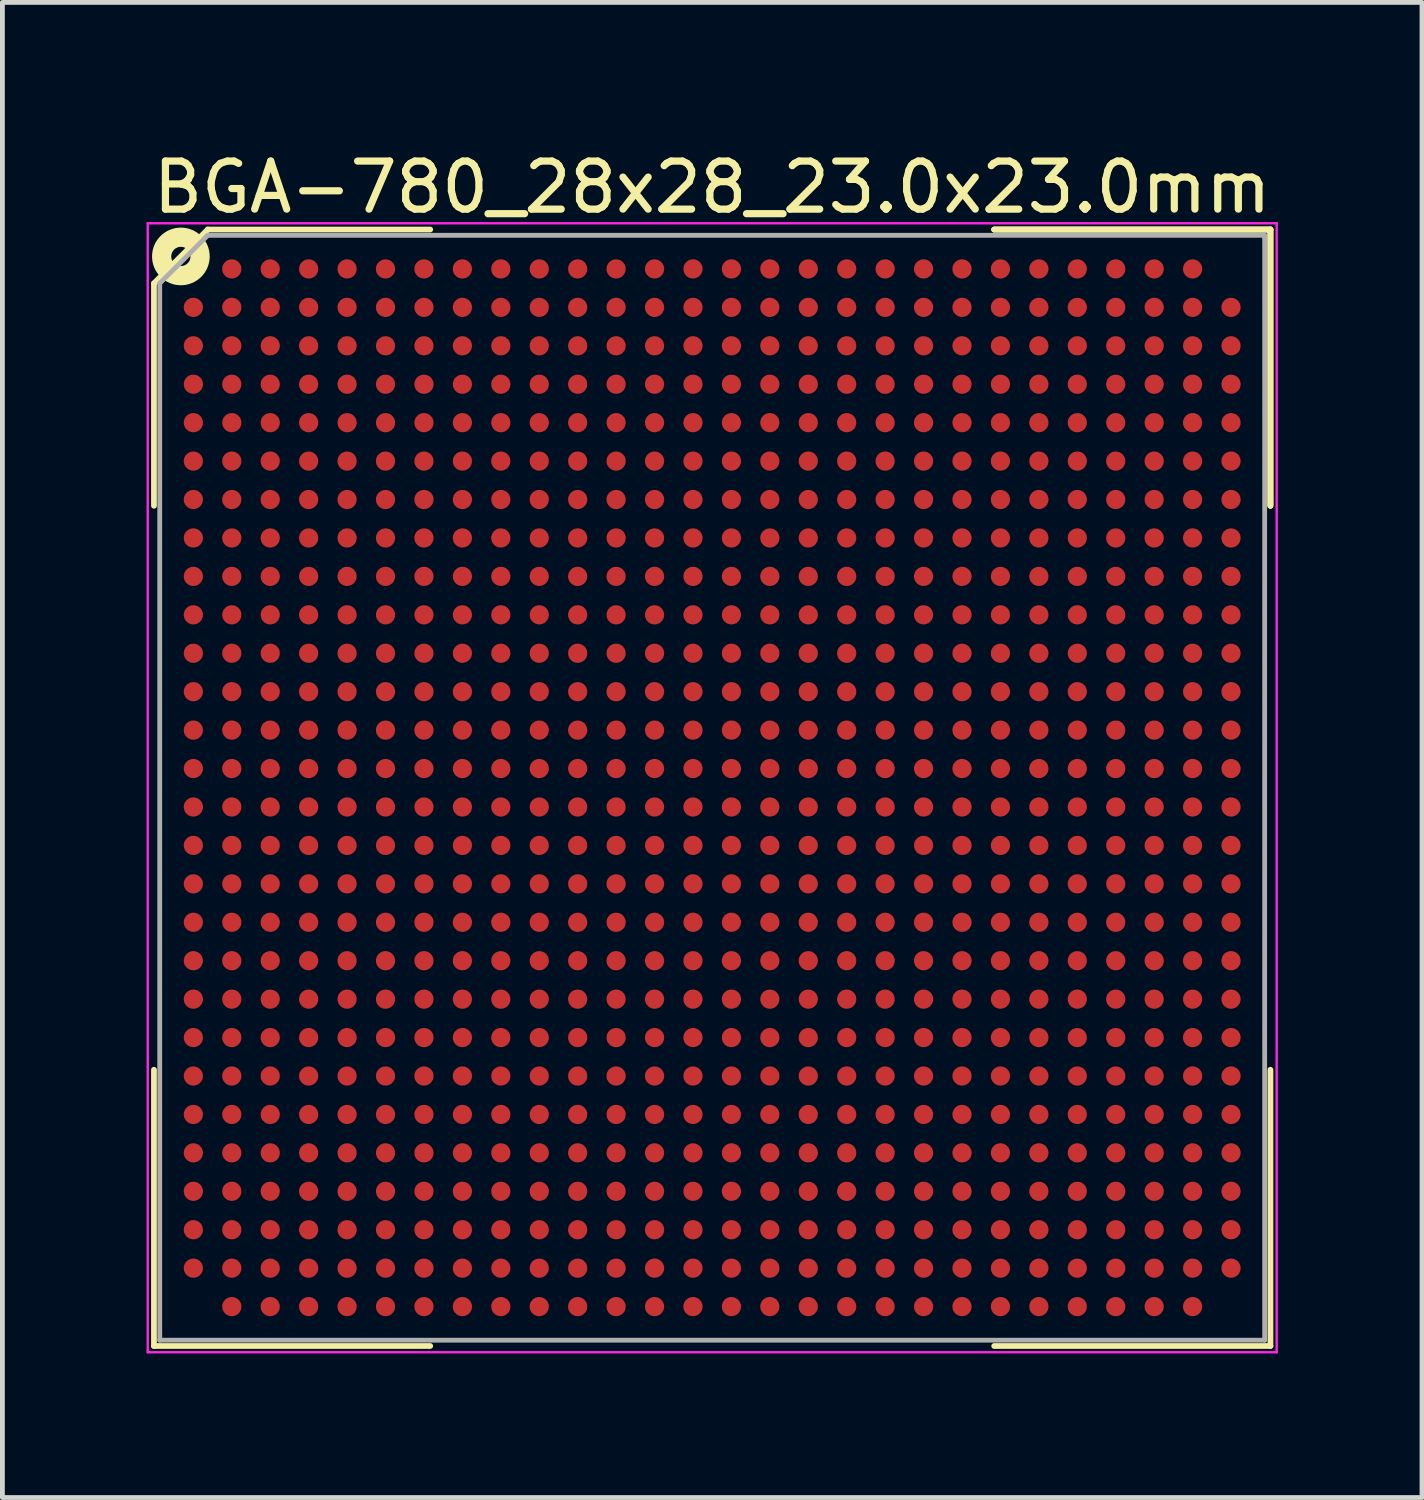
<source format=kicad_pcb>
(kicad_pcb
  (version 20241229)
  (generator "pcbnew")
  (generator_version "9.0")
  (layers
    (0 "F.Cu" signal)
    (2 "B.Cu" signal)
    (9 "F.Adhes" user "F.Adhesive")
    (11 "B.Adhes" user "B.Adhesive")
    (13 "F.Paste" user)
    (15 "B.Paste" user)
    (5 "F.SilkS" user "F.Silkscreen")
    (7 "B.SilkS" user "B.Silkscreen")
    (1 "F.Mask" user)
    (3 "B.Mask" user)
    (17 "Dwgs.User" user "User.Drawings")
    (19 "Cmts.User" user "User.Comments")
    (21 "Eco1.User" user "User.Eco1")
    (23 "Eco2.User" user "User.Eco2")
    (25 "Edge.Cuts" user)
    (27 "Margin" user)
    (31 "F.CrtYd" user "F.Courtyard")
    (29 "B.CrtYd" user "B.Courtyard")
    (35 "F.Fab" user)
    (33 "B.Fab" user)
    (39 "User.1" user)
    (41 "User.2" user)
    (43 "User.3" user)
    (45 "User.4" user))
  (footprint "BGA-780_28x28_23.0x23.0mm"
    (layer "F.Cu")
    (at 11.775 13.348)
    (property "Reference" "BGA-780_28x28_23.0x23.0mm" (at 0 -12.5 0) (layer "F.SilkS") (effects (font (size 1 1) (thickness 0.15))))
    (attr smd)
    (fp_line (start -11.62 -10.5) (end -11.62 -5.87) (stroke (width 0.12) (type solid)) (layer "F.SilkS"))
    (fp_line (start -11.62 11.62) (end -11.62 5.87) (stroke (width 0.12) (type solid)) (layer "F.SilkS"))
    (fp_line (start -10.5 -11.62) (end -11.62 -10.5) (stroke (width 0.12) (type solid)) (layer "F.SilkS"))
    (fp_line (start -5.87 -11.62) (end -10.5 -11.62) (stroke (width 0.12) (type solid)) (layer "F.SilkS"))
    (fp_line (start -5.87 11.62) (end -11.62 11.62) (stroke (width 0.12) (type solid)) (layer "F.SilkS"))
    (fp_line (start 5.87 -11.62) (end 11.62 -11.62) (stroke (width 0.12) (type solid)) (layer "F.SilkS"))
    (fp_line (start 5.87 -11.62) (end 11.62 -11.62) (stroke (width 0.12) (type solid)) (layer "F.SilkS"))
    (fp_line (start 5.87 -11.62) (end 11.62 -11.62) (stroke (width 0.12) (type solid)) (layer "F.SilkS"))
    (fp_line (start 5.87 11.62) (end 11.62 11.62) (stroke (width 0.12) (type solid)) (layer "F.SilkS"))
    (fp_line (start 11.62 -11.62) (end 11.62 -5.87) (stroke (width 0.12) (type solid)) (layer "F.SilkS"))
    (fp_line (start 11.62 -11.62) (end 11.62 -5.87) (stroke (width 0.12) (type solid)) (layer "F.SilkS"))
    (fp_line (start 11.62 -11.62) (end 11.62 -5.87) (stroke (width 0.12) (type solid)) (layer "F.SilkS"))
    (fp_line (start 11.62 11.62) (end 11.62 5.87) (stroke (width 0.12) (type solid)) (layer "F.SilkS"))
    (fp_circle (center -11.06 -11.06) (end -10.66 -11.06) (stroke (width 0.4) (type solid)) (fill no) (layer "F.SilkS"))
    (fp_line (start -11.75 -11.75) (end 11.75 -11.75) (stroke (width 0.05) (type solid)) (layer "F.CrtYd"))
    (fp_line (start -11.75 11.75) (end -11.75 -11.75) (stroke (width 0.05) (type solid)) (layer "F.CrtYd"))
    (fp_line (start 11.75 -11.75) (end 11.75 11.75) (stroke (width 0.05) (type solid)) (layer "F.CrtYd"))
    (fp_line (start 11.75 11.75) (end -11.75 11.75) (stroke (width 0.05) (type solid)) (layer "F.CrtYd"))
    (fp_line (start -11.5 -10.5) (end -11.5 11.5) (stroke (width 0.1) (type solid)) (layer "F.Fab"))
    (fp_line (start -11.5 11.5) (end 11.5 11.5) (stroke (width 0.1) (type solid)) (layer "F.Fab"))
    (fp_line (start -10.5 -11.5) (end -11.5 -10.5) (stroke (width 0.1) (type solid)) (layer "F.Fab"))
    (fp_line (start 11.5 -11.5) (end -10.5 -11.5) (stroke (width 0.1) (type solid)) (layer "F.Fab"))
    (fp_line (start 11.5 11.5) (end 11.5 -11.5) (stroke (width 0.1) (type solid)) (layer "F.Fab"))
    (pad "A2" smd circle (at -10 -10.8) (size 0.4 0.4) (layers "F.Cu" "F.Mask" "F.Paste"))
    (pad "A3" smd circle (at -9.2 -10.8) (size 0.4 0.4) (layers "F.Cu" "F.Mask" "F.Paste"))
    (pad "A4" smd circle (at -8.4 -10.8) (size 0.4 0.4) (layers "F.Cu" "F.Mask" "F.Paste"))
    (pad "A5" smd circle (at -7.6 -10.8) (size 0.4 0.4) (layers "F.Cu" "F.Mask" "F.Paste"))
    (pad "A6" smd circle (at -6.8 -10.8) (size 0.4 0.4) (layers "F.Cu" "F.Mask" "F.Paste"))
    (pad "A7" smd circle (at -6 -10.8) (size 0.4 0.4) (layers "F.Cu" "F.Mask" "F.Paste"))
    (pad "A8" smd circle (at -5.2 -10.8) (size 0.4 0.4) (layers "F.Cu" "F.Mask" "F.Paste"))
    (pad "A9" smd circle (at -4.4 -10.8) (size 0.4 0.4) (layers "F.Cu" "F.Mask" "F.Paste"))
    (pad "A10" smd circle (at -3.6 -10.8) (size 0.4 0.4) (layers "F.Cu" "F.Mask" "F.Paste"))
    (pad "A11" smd circle (at -2.8 -10.8) (size 0.4 0.4) (layers "F.Cu" "F.Mask" "F.Paste"))
    (pad "A12" smd circle (at -2 -10.8) (size 0.4 0.4) (layers "F.Cu" "F.Mask" "F.Paste"))
    (pad "A13" smd circle (at -1.2 -10.8) (size 0.4 0.4) (layers "F.Cu" "F.Mask" "F.Paste"))
    (pad "A14" smd circle (at -0.4 -10.8) (size 0.4 0.4) (layers "F.Cu" "F.Mask" "F.Paste"))
    (pad "A15" smd circle (at 0.4 -10.8) (size 0.4 0.4) (layers "F.Cu" "F.Mask" "F.Paste"))
    (pad "A16" smd circle (at 1.2 -10.8) (size 0.4 0.4) (layers "F.Cu" "F.Mask" "F.Paste"))
    (pad "A17" smd circle (at 2 -10.8) (size 0.4 0.4) (layers "F.Cu" "F.Mask" "F.Paste"))
    (pad "A18" smd circle (at 2.8 -10.8) (size 0.4 0.4) (layers "F.Cu" "F.Mask" "F.Paste"))
    (pad "A19" smd circle (at 3.6 -10.8) (size 0.4 0.4) (layers "F.Cu" "F.Mask" "F.Paste"))
    (pad "A20" smd circle (at 4.4 -10.8) (size 0.4 0.4) (layers "F.Cu" "F.Mask" "F.Paste"))
    (pad "A21" smd circle (at 5.2 -10.8) (size 0.4 0.4) (layers "F.Cu" "F.Mask" "F.Paste"))
    (pad "A22" smd circle (at 6 -10.8) (size 0.4 0.4) (layers "F.Cu" "F.Mask" "F.Paste"))
    (pad "A23" smd circle (at 6.8 -10.8) (size 0.4 0.4) (layers "F.Cu" "F.Mask" "F.Paste"))
    (pad "A24" smd circle (at 7.6 -10.8) (size 0.4 0.4) (layers "F.Cu" "F.Mask" "F.Paste"))
    (pad "A25" smd circle (at 8.4 -10.8) (size 0.4 0.4) (layers "F.Cu" "F.Mask" "F.Paste"))
    (pad "A26" smd circle (at 9.2 -10.8) (size 0.4 0.4) (layers "F.Cu" "F.Mask" "F.Paste"))
    (pad "A27" smd circle (at 10 -10.8) (size 0.4 0.4) (layers "F.Cu" "F.Mask" "F.Paste"))
    (pad "AA1" smd circle (at -10.8 5.2) (size 0.4 0.4) (layers "F.Cu" "F.Mask" "F.Paste"))
    (pad "AA2" smd circle (at -10 5.2) (size 0.4 0.4) (layers "F.Cu" "F.Mask" "F.Paste"))
    (pad "AA3" smd circle (at -9.2 5.2) (size 0.4 0.4) (layers "F.Cu" "F.Mask" "F.Paste"))
    (pad "AA4" smd circle (at -8.4 5.2) (size 0.4 0.4) (layers "F.Cu" "F.Mask" "F.Paste"))
    (pad "AA5" smd circle (at -7.6 5.2) (size 0.4 0.4) (layers "F.Cu" "F.Mask" "F.Paste"))
    (pad "AA6" smd circle (at -6.8 5.2) (size 0.4 0.4) (layers "F.Cu" "F.Mask" "F.Paste"))
    (pad "AA7" smd circle (at -6 5.2) (size 0.4 0.4) (layers "F.Cu" "F.Mask" "F.Paste"))
    (pad "AA8" smd circle (at -5.2 5.2) (size 0.4 0.4) (layers "F.Cu" "F.Mask" "F.Paste"))
    (pad "AA9" smd circle (at -4.4 5.2) (size 0.4 0.4) (layers "F.Cu" "F.Mask" "F.Paste"))
    (pad "AA10" smd circle (at -3.6 5.2) (size 0.4 0.4) (layers "F.Cu" "F.Mask" "F.Paste"))
    (pad "AA11" smd circle (at -2.8 5.2) (size 0.4 0.4) (layers "F.Cu" "F.Mask" "F.Paste"))
    (pad "AA12" smd circle (at -2 5.2) (size 0.4 0.4) (layers "F.Cu" "F.Mask" "F.Paste"))
    (pad "AA13" smd circle (at -1.2 5.2) (size 0.4 0.4) (layers "F.Cu" "F.Mask" "F.Paste"))
    (pad "AA14" smd circle (at -0.4 5.2) (size 0.4 0.4) (layers "F.Cu" "F.Mask" "F.Paste"))
    (pad "AA15" smd circle (at 0.4 5.2) (size 0.4 0.4) (layers "F.Cu" "F.Mask" "F.Paste"))
    (pad "AA16" smd circle (at 1.2 5.2) (size 0.4 0.4) (layers "F.Cu" "F.Mask" "F.Paste"))
    (pad "AA17" smd circle (at 2 5.2) (size 0.4 0.4) (layers "F.Cu" "F.Mask" "F.Paste"))
    (pad "AA18" smd circle (at 2.8 5.2) (size 0.4 0.4) (layers "F.Cu" "F.Mask" "F.Paste"))
    (pad "AA19" smd circle (at 3.6 5.2) (size 0.4 0.4) (layers "F.Cu" "F.Mask" "F.Paste"))
    (pad "AA20" smd circle (at 4.4 5.2) (size 0.4 0.4) (layers "F.Cu" "F.Mask" "F.Paste"))
    (pad "AA21" smd circle (at 5.2 5.2) (size 0.4 0.4) (layers "F.Cu" "F.Mask" "F.Paste"))
    (pad "AA22" smd circle (at 6 5.2) (size 0.4 0.4) (layers "F.Cu" "F.Mask" "F.Paste"))
    (pad "AA23" smd circle (at 6.8 5.2) (size 0.4 0.4) (layers "F.Cu" "F.Mask" "F.Paste"))
    (pad "AA24" smd circle (at 7.6 5.2) (size 0.4 0.4) (layers "F.Cu" "F.Mask" "F.Paste"))
    (pad "AA25" smd circle (at 8.4 5.2) (size 0.4 0.4) (layers "F.Cu" "F.Mask" "F.Paste"))
    (pad "AA26" smd circle (at 9.2 5.2) (size 0.4 0.4) (layers "F.Cu" "F.Mask" "F.Paste"))
    (pad "AA27" smd circle (at 10 5.2) (size 0.4 0.4) (layers "F.Cu" "F.Mask" "F.Paste"))
    (pad "AA28" smd circle (at 10.8 5.2) (size 0.4 0.4) (layers "F.Cu" "F.Mask" "F.Paste"))
    (pad "AB1" smd circle (at -10.8 6) (size 0.4 0.4) (layers "F.Cu" "F.Mask" "F.Paste"))
    (pad "AB2" smd circle (at -10 6) (size 0.4 0.4) (layers "F.Cu" "F.Mask" "F.Paste"))
    (pad "AB3" smd circle (at -9.2 6) (size 0.4 0.4) (layers "F.Cu" "F.Mask" "F.Paste"))
    (pad "AB4" smd circle (at -8.4 6) (size 0.4 0.4) (layers "F.Cu" "F.Mask" "F.Paste"))
    (pad "AB5" smd circle (at -7.6 6) (size 0.4 0.4) (layers "F.Cu" "F.Mask" "F.Paste"))
    (pad "AB6" smd circle (at -6.8 6) (size 0.4 0.4) (layers "F.Cu" "F.Mask" "F.Paste"))
    (pad "AB7" smd circle (at -6 6) (size 0.4 0.4) (layers "F.Cu" "F.Mask" "F.Paste"))
    (pad "AB8" smd circle (at -5.2 6) (size 0.4 0.4) (layers "F.Cu" "F.Mask" "F.Paste"))
    (pad "AB9" smd circle (at -4.4 6) (size 0.4 0.4) (layers "F.Cu" "F.Mask" "F.Paste"))
    (pad "AB10" smd circle (at -3.6 6) (size 0.4 0.4) (layers "F.Cu" "F.Mask" "F.Paste"))
    (pad "AB11" smd circle (at -2.8 6) (size 0.4 0.4) (layers "F.Cu" "F.Mask" "F.Paste"))
    (pad "AB12" smd circle (at -2 6) (size 0.4 0.4) (layers "F.Cu" "F.Mask" "F.Paste"))
    (pad "AB13" smd circle (at -1.2 6) (size 0.4 0.4) (layers "F.Cu" "F.Mask" "F.Paste"))
    (pad "AB14" smd circle (at -0.4 6) (size 0.4 0.4) (layers "F.Cu" "F.Mask" "F.Paste"))
    (pad "AB15" smd circle (at 0.4 6) (size 0.4 0.4) (layers "F.Cu" "F.Mask" "F.Paste"))
    (pad "AB16" smd circle (at 1.2 6) (size 0.4 0.4) (layers "F.Cu" "F.Mask" "F.Paste"))
    (pad "AB17" smd circle (at 2 6) (size 0.4 0.4) (layers "F.Cu" "F.Mask" "F.Paste"))
    (pad "AB18" smd circle (at 2.8 6) (size 0.4 0.4) (layers "F.Cu" "F.Mask" "F.Paste"))
    (pad "AB19" smd circle (at 3.6 6) (size 0.4 0.4) (layers "F.Cu" "F.Mask" "F.Paste"))
    (pad "AB20" smd circle (at 4.4 6) (size 0.4 0.4) (layers "F.Cu" "F.Mask" "F.Paste"))
    (pad "AB21" smd circle (at 5.2 6) (size 0.4 0.4) (layers "F.Cu" "F.Mask" "F.Paste"))
    (pad "AB22" smd circle (at 6 6) (size 0.4 0.4) (layers "F.Cu" "F.Mask" "F.Paste"))
    (pad "AB23" smd circle (at 6.8 6) (size 0.4 0.4) (layers "F.Cu" "F.Mask" "F.Paste"))
    (pad "AB24" smd circle (at 7.6 6) (size 0.4 0.4) (layers "F.Cu" "F.Mask" "F.Paste"))
    (pad "AB25" smd circle (at 8.4 6) (size 0.4 0.4) (layers "F.Cu" "F.Mask" "F.Paste"))
    (pad "AB26" smd circle (at 9.2 6) (size 0.4 0.4) (layers "F.Cu" "F.Mask" "F.Paste"))
    (pad "AB27" smd circle (at 10 6) (size 0.4 0.4) (layers "F.Cu" "F.Mask" "F.Paste"))
    (pad "AB28" smd circle (at 10.8 6) (size 0.4 0.4) (layers "F.Cu" "F.Mask" "F.Paste"))
    (pad "AC1" smd circle (at -10.8 6.8) (size 0.4 0.4) (layers "F.Cu" "F.Mask" "F.Paste"))
    (pad "AC2" smd circle (at -10 6.8) (size 0.4 0.4) (layers "F.Cu" "F.Mask" "F.Paste"))
    (pad "AC3" smd circle (at -9.2 6.8) (size 0.4 0.4) (layers "F.Cu" "F.Mask" "F.Paste"))
    (pad "AC4" smd circle (at -8.4 6.8) (size 0.4 0.4) (layers "F.Cu" "F.Mask" "F.Paste"))
    (pad "AC5" smd circle (at -7.6 6.8) (size 0.4 0.4) (layers "F.Cu" "F.Mask" "F.Paste"))
    (pad "AC6" smd circle (at -6.8 6.8) (size 0.4 0.4) (layers "F.Cu" "F.Mask" "F.Paste"))
    (pad "AC7" smd circle (at -6 6.8) (size 0.4 0.4) (layers "F.Cu" "F.Mask" "F.Paste"))
    (pad "AC8" smd circle (at -5.2 6.8) (size 0.4 0.4) (layers "F.Cu" "F.Mask" "F.Paste"))
    (pad "AC9" smd circle (at -4.4 6.8) (size 0.4 0.4) (layers "F.Cu" "F.Mask" "F.Paste"))
    (pad "AC10" smd circle (at -3.6 6.8) (size 0.4 0.4) (layers "F.Cu" "F.Mask" "F.Paste"))
    (pad "AC11" smd circle (at -2.8 6.8) (size 0.4 0.4) (layers "F.Cu" "F.Mask" "F.Paste"))
    (pad "AC12" smd circle (at -2 6.8) (size 0.4 0.4) (layers "F.Cu" "F.Mask" "F.Paste"))
    (pad "AC13" smd circle (at -1.2 6.8) (size 0.4 0.4) (layers "F.Cu" "F.Mask" "F.Paste"))
    (pad "AC14" smd circle (at -0.4 6.8) (size 0.4 0.4) (layers "F.Cu" "F.Mask" "F.Paste"))
    (pad "AC15" smd circle (at 0.4 6.8) (size 0.4 0.4) (layers "F.Cu" "F.Mask" "F.Paste"))
    (pad "AC16" smd circle (at 1.2 6.8) (size 0.4 0.4) (layers "F.Cu" "F.Mask" "F.Paste"))
    (pad "AC17" smd circle (at 2 6.8) (size 0.4 0.4) (layers "F.Cu" "F.Mask" "F.Paste"))
    (pad "AC18" smd circle (at 2.8 6.8) (size 0.4 0.4) (layers "F.Cu" "F.Mask" "F.Paste"))
    (pad "AC19" smd circle (at 3.6 6.8) (size 0.4 0.4) (layers "F.Cu" "F.Mask" "F.Paste"))
    (pad "AC20" smd circle (at 4.4 6.8) (size 0.4 0.4) (layers "F.Cu" "F.Mask" "F.Paste"))
    (pad "AC21" smd circle (at 5.2 6.8) (size 0.4 0.4) (layers "F.Cu" "F.Mask" "F.Paste"))
    (pad "AC22" smd circle (at 6 6.8) (size 0.4 0.4) (layers "F.Cu" "F.Mask" "F.Paste"))
    (pad "AC23" smd circle (at 6.8 6.8) (size 0.4 0.4) (layers "F.Cu" "F.Mask" "F.Paste"))
    (pad "AC24" smd circle (at 7.6 6.8) (size 0.4 0.4) (layers "F.Cu" "F.Mask" "F.Paste"))
    (pad "AC25" smd circle (at 8.4 6.8) (size 0.4 0.4) (layers "F.Cu" "F.Mask" "F.Paste"))
    (pad "AC26" smd circle (at 9.2 6.8) (size 0.4 0.4) (layers "F.Cu" "F.Mask" "F.Paste"))
    (pad "AC27" smd circle (at 10 6.8) (size 0.4 0.4) (layers "F.Cu" "F.Mask" "F.Paste"))
    (pad "AC28" smd circle (at 10.8 6.8) (size 0.4 0.4) (layers "F.Cu" "F.Mask" "F.Paste"))
    (pad "AD1" smd circle (at -10.8 7.6) (size 0.4 0.4) (layers "F.Cu" "F.Mask" "F.Paste"))
    (pad "AD2" smd circle (at -10 7.6) (size 0.4 0.4) (layers "F.Cu" "F.Mask" "F.Paste"))
    (pad "AD3" smd circle (at -9.2 7.6) (size 0.4 0.4) (layers "F.Cu" "F.Mask" "F.Paste"))
    (pad "AD4" smd circle (at -8.4 7.6) (size 0.4 0.4) (layers "F.Cu" "F.Mask" "F.Paste"))
    (pad "AD5" smd circle (at -7.6 7.6) (size 0.4 0.4) (layers "F.Cu" "F.Mask" "F.Paste"))
    (pad "AD6" smd circle (at -6.8 7.6) (size 0.4 0.4) (layers "F.Cu" "F.Mask" "F.Paste"))
    (pad "AD7" smd circle (at -6 7.6) (size 0.4 0.4) (layers "F.Cu" "F.Mask" "F.Paste"))
    (pad "AD8" smd circle (at -5.2 7.6) (size 0.4 0.4) (layers "F.Cu" "F.Mask" "F.Paste"))
    (pad "AD9" smd circle (at -4.4 7.6) (size 0.4 0.4) (layers "F.Cu" "F.Mask" "F.Paste"))
    (pad "AD10" smd circle (at -3.6 7.6) (size 0.4 0.4) (layers "F.Cu" "F.Mask" "F.Paste"))
    (pad "AD11" smd circle (at -2.8 7.6) (size 0.4 0.4) (layers "F.Cu" "F.Mask" "F.Paste"))
    (pad "AD12" smd circle (at -2 7.6) (size 0.4 0.4) (layers "F.Cu" "F.Mask" "F.Paste"))
    (pad "AD13" smd circle (at -1.2 7.6) (size 0.4 0.4) (layers "F.Cu" "F.Mask" "F.Paste"))
    (pad "AD14" smd circle (at -0.4 7.6) (size 0.4 0.4) (layers "F.Cu" "F.Mask" "F.Paste"))
    (pad "AD15" smd circle (at 0.4 7.6) (size 0.4 0.4) (layers "F.Cu" "F.Mask" "F.Paste"))
    (pad "AD16" smd circle (at 1.2 7.6) (size 0.4 0.4) (layers "F.Cu" "F.Mask" "F.Paste"))
    (pad "AD17" smd circle (at 2 7.6) (size 0.4 0.4) (layers "F.Cu" "F.Mask" "F.Paste"))
    (pad "AD18" smd circle (at 2.8 7.6) (size 0.4 0.4) (layers "F.Cu" "F.Mask" "F.Paste"))
    (pad "AD19" smd circle (at 3.6 7.6) (size 0.4 0.4) (layers "F.Cu" "F.Mask" "F.Paste"))
    (pad "AD20" smd circle (at 4.4 7.6) (size 0.4 0.4) (layers "F.Cu" "F.Mask" "F.Paste"))
    (pad "AD21" smd circle (at 5.2 7.6) (size 0.4 0.4) (layers "F.Cu" "F.Mask" "F.Paste"))
    (pad "AD22" smd circle (at 6 7.6) (size 0.4 0.4) (layers "F.Cu" "F.Mask" "F.Paste"))
    (pad "AD23" smd circle (at 6.8 7.6) (size 0.4 0.4) (layers "F.Cu" "F.Mask" "F.Paste"))
    (pad "AD24" smd circle (at 7.6 7.6) (size 0.4 0.4) (layers "F.Cu" "F.Mask" "F.Paste"))
    (pad "AD25" smd circle (at 8.4 7.6) (size 0.4 0.4) (layers "F.Cu" "F.Mask" "F.Paste"))
    (pad "AD26" smd circle (at 9.2 7.6) (size 0.4 0.4) (layers "F.Cu" "F.Mask" "F.Paste"))
    (pad "AD27" smd circle (at 10 7.6) (size 0.4 0.4) (layers "F.Cu" "F.Mask" "F.Paste"))
    (pad "AD28" smd circle (at 10.8 7.6) (size 0.4 0.4) (layers "F.Cu" "F.Mask" "F.Paste"))
    (pad "AE1" smd circle (at -10.8 8.4) (size 0.4 0.4) (layers "F.Cu" "F.Mask" "F.Paste"))
    (pad "AE2" smd circle (at -10 8.4) (size 0.4 0.4) (layers "F.Cu" "F.Mask" "F.Paste"))
    (pad "AE3" smd circle (at -9.2 8.4) (size 0.4 0.4) (layers "F.Cu" "F.Mask" "F.Paste"))
    (pad "AE4" smd circle (at -8.4 8.4) (size 0.4 0.4) (layers "F.Cu" "F.Mask" "F.Paste"))
    (pad "AE5" smd circle (at -7.6 8.4) (size 0.4 0.4) (layers "F.Cu" "F.Mask" "F.Paste"))
    (pad "AE6" smd circle (at -6.8 8.4) (size 0.4 0.4) (layers "F.Cu" "F.Mask" "F.Paste"))
    (pad "AE7" smd circle (at -6 8.4) (size 0.4 0.4) (layers "F.Cu" "F.Mask" "F.Paste"))
    (pad "AE8" smd circle (at -5.2 8.4) (size 0.4 0.4) (layers "F.Cu" "F.Mask" "F.Paste"))
    (pad "AE9" smd circle (at -4.4 8.4) (size 0.4 0.4) (layers "F.Cu" "F.Mask" "F.Paste"))
    (pad "AE10" smd circle (at -3.6 8.4) (size 0.4 0.4) (layers "F.Cu" "F.Mask" "F.Paste"))
    (pad "AE11" smd circle (at -2.8 8.4) (size 0.4 0.4) (layers "F.Cu" "F.Mask" "F.Paste"))
    (pad "AE12" smd circle (at -2 8.4) (size 0.4 0.4) (layers "F.Cu" "F.Mask" "F.Paste"))
    (pad "AE13" smd circle (at -1.2 8.4) (size 0.4 0.4) (layers "F.Cu" "F.Mask" "F.Paste"))
    (pad "AE14" smd circle (at -0.4 8.4) (size 0.4 0.4) (layers "F.Cu" "F.Mask" "F.Paste"))
    (pad "AE15" smd circle (at 0.4 8.4) (size 0.4 0.4) (layers "F.Cu" "F.Mask" "F.Paste"))
    (pad "AE16" smd circle (at 1.2 8.4) (size 0.4 0.4) (layers "F.Cu" "F.Mask" "F.Paste"))
    (pad "AE17" smd circle (at 2 8.4) (size 0.4 0.4) (layers "F.Cu" "F.Mask" "F.Paste"))
    (pad "AE18" smd circle (at 2.8 8.4) (size 0.4 0.4) (layers "F.Cu" "F.Mask" "F.Paste"))
    (pad "AE19" smd circle (at 3.6 8.4) (size 0.4 0.4) (layers "F.Cu" "F.Mask" "F.Paste"))
    (pad "AE20" smd circle (at 4.4 8.4) (size 0.4 0.4) (layers "F.Cu" "F.Mask" "F.Paste"))
    (pad "AE21" smd circle (at 5.2 8.4) (size 0.4 0.4) (layers "F.Cu" "F.Mask" "F.Paste"))
    (pad "AE22" smd circle (at 6 8.4) (size 0.4 0.4) (layers "F.Cu" "F.Mask" "F.Paste"))
    (pad "AE23" smd circle (at 6.8 8.4) (size 0.4 0.4) (layers "F.Cu" "F.Mask" "F.Paste"))
    (pad "AE24" smd circle (at 7.6 8.4) (size 0.4 0.4) (layers "F.Cu" "F.Mask" "F.Paste"))
    (pad "AE25" smd circle (at 8.4 8.4) (size 0.4 0.4) (layers "F.Cu" "F.Mask" "F.Paste"))
    (pad "AE26" smd circle (at 9.2 8.4) (size 0.4 0.4) (layers "F.Cu" "F.Mask" "F.Paste"))
    (pad "AE27" smd circle (at 10 8.4) (size 0.4 0.4) (layers "F.Cu" "F.Mask" "F.Paste"))
    (pad "AE28" smd circle (at 10.8 8.4) (size 0.4 0.4) (layers "F.Cu" "F.Mask" "F.Paste"))
    (pad "AF1" smd circle (at -10.8 9.2) (size 0.4 0.4) (layers "F.Cu" "F.Mask" "F.Paste"))
    (pad "AF2" smd circle (at -10 9.2) (size 0.4 0.4) (layers "F.Cu" "F.Mask" "F.Paste"))
    (pad "AF3" smd circle (at -9.2 9.2) (size 0.4 0.4) (layers "F.Cu" "F.Mask" "F.Paste"))
    (pad "AF4" smd circle (at -8.4 9.2) (size 0.4 0.4) (layers "F.Cu" "F.Mask" "F.Paste"))
    (pad "AF5" smd circle (at -7.6 9.2) (size 0.4 0.4) (layers "F.Cu" "F.Mask" "F.Paste"))
    (pad "AF6" smd circle (at -6.8 9.2) (size 0.4 0.4) (layers "F.Cu" "F.Mask" "F.Paste"))
    (pad "AF7" smd circle (at -6 9.2) (size 0.4 0.4) (layers "F.Cu" "F.Mask" "F.Paste"))
    (pad "AF8" smd circle (at -5.2 9.2) (size 0.4 0.4) (layers "F.Cu" "F.Mask" "F.Paste"))
    (pad "AF9" smd circle (at -4.4 9.2) (size 0.4 0.4) (layers "F.Cu" "F.Mask" "F.Paste"))
    (pad "AF10" smd circle (at -3.6 9.2) (size 0.4 0.4) (layers "F.Cu" "F.Mask" "F.Paste"))
    (pad "AF11" smd circle (at -2.8 9.2) (size 0.4 0.4) (layers "F.Cu" "F.Mask" "F.Paste"))
    (pad "AF12" smd circle (at -2 9.2) (size 0.4 0.4) (layers "F.Cu" "F.Mask" "F.Paste"))
    (pad "AF13" smd circle (at -1.2 9.2) (size 0.4 0.4) (layers "F.Cu" "F.Mask" "F.Paste"))
    (pad "AF14" smd circle (at -0.4 9.2) (size 0.4 0.4) (layers "F.Cu" "F.Mask" "F.Paste"))
    (pad "AF15" smd circle (at 0.4 9.2) (size 0.4 0.4) (layers "F.Cu" "F.Mask" "F.Paste"))
    (pad "AF16" smd circle (at 1.2 9.2) (size 0.4 0.4) (layers "F.Cu" "F.Mask" "F.Paste"))
    (pad "AF17" smd circle (at 2 9.2) (size 0.4 0.4) (layers "F.Cu" "F.Mask" "F.Paste"))
    (pad "AF18" smd circle (at 2.8 9.2) (size 0.4 0.4) (layers "F.Cu" "F.Mask" "F.Paste"))
    (pad "AF19" smd circle (at 3.6 9.2) (size 0.4 0.4) (layers "F.Cu" "F.Mask" "F.Paste"))
    (pad "AF20" smd circle (at 4.4 9.2) (size 0.4 0.4) (layers "F.Cu" "F.Mask" "F.Paste"))
    (pad "AF21" smd circle (at 5.2 9.2) (size 0.4 0.4) (layers "F.Cu" "F.Mask" "F.Paste"))
    (pad "AF22" smd circle (at 6 9.2) (size 0.4 0.4) (layers "F.Cu" "F.Mask" "F.Paste"))
    (pad "AF23" smd circle (at 6.8 9.2) (size 0.4 0.4) (layers "F.Cu" "F.Mask" "F.Paste"))
    (pad "AF24" smd circle (at 7.6 9.2) (size 0.4 0.4) (layers "F.Cu" "F.Mask" "F.Paste"))
    (pad "AF25" smd circle (at 8.4 9.2) (size 0.4 0.4) (layers "F.Cu" "F.Mask" "F.Paste"))
    (pad "AF26" smd circle (at 9.2 9.2) (size 0.4 0.4) (layers "F.Cu" "F.Mask" "F.Paste"))
    (pad "AF27" smd circle (at 10 9.2) (size 0.4 0.4) (layers "F.Cu" "F.Mask" "F.Paste"))
    (pad "AF28" smd circle (at 10.8 9.2) (size 0.4 0.4) (layers "F.Cu" "F.Mask" "F.Paste"))
    (pad "AG1" smd circle (at -10.8 10) (size 0.4 0.4) (layers "F.Cu" "F.Mask" "F.Paste"))
    (pad "AG2" smd circle (at -10 10) (size 0.4 0.4) (layers "F.Cu" "F.Mask" "F.Paste"))
    (pad "AG3" smd circle (at -9.2 10) (size 0.4 0.4) (layers "F.Cu" "F.Mask" "F.Paste"))
    (pad "AG4" smd circle (at -8.4 10) (size 0.4 0.4) (layers "F.Cu" "F.Mask" "F.Paste"))
    (pad "AG5" smd circle (at -7.6 10) (size 0.4 0.4) (layers "F.Cu" "F.Mask" "F.Paste"))
    (pad "AG6" smd circle (at -6.8 10) (size 0.4 0.4) (layers "F.Cu" "F.Mask" "F.Paste"))
    (pad "AG7" smd circle (at -6 10) (size 0.4 0.4) (layers "F.Cu" "F.Mask" "F.Paste"))
    (pad "AG8" smd circle (at -5.2 10) (size 0.4 0.4) (layers "F.Cu" "F.Mask" "F.Paste"))
    (pad "AG9" smd circle (at -4.4 10) (size 0.4 0.4) (layers "F.Cu" "F.Mask" "F.Paste"))
    (pad "AG10" smd circle (at -3.6 10) (size 0.4 0.4) (layers "F.Cu" "F.Mask" "F.Paste"))
    (pad "AG11" smd circle (at -2.8 10) (size 0.4 0.4) (layers "F.Cu" "F.Mask" "F.Paste"))
    (pad "AG12" smd circle (at -2 10) (size 0.4 0.4) (layers "F.Cu" "F.Mask" "F.Paste"))
    (pad "AG13" smd circle (at -1.2 10) (size 0.4 0.4) (layers "F.Cu" "F.Mask" "F.Paste"))
    (pad "AG14" smd circle (at -0.4 10) (size 0.4 0.4) (layers "F.Cu" "F.Mask" "F.Paste"))
    (pad "AG15" smd circle (at 0.4 10) (size 0.4 0.4) (layers "F.Cu" "F.Mask" "F.Paste"))
    (pad "AG16" smd circle (at 1.2 10) (size 0.4 0.4) (layers "F.Cu" "F.Mask" "F.Paste"))
    (pad "AG17" smd circle (at 2 10) (size 0.4 0.4) (layers "F.Cu" "F.Mask" "F.Paste"))
    (pad "AG18" smd circle (at 2.8 10) (size 0.4 0.4) (layers "F.Cu" "F.Mask" "F.Paste"))
    (pad "AG19" smd circle (at 3.6 10) (size 0.4 0.4) (layers "F.Cu" "F.Mask" "F.Paste"))
    (pad "AG20" smd circle (at 4.4 10) (size 0.4 0.4) (layers "F.Cu" "F.Mask" "F.Paste"))
    (pad "AG21" smd circle (at 5.2 10) (size 0.4 0.4) (layers "F.Cu" "F.Mask" "F.Paste"))
    (pad "AG22" smd circle (at 6 10) (size 0.4 0.4) (layers "F.Cu" "F.Mask" "F.Paste"))
    (pad "AG23" smd circle (at 6.8 10) (size 0.4 0.4) (layers "F.Cu" "F.Mask" "F.Paste"))
    (pad "AG24" smd circle (at 7.6 10) (size 0.4 0.4) (layers "F.Cu" "F.Mask" "F.Paste"))
    (pad "AG25" smd circle (at 8.4 10) (size 0.4 0.4) (layers "F.Cu" "F.Mask" "F.Paste"))
    (pad "AG26" smd circle (at 9.2 10) (size 0.4 0.4) (layers "F.Cu" "F.Mask" "F.Paste"))
    (pad "AG27" smd circle (at 10 10) (size 0.4 0.4) (layers "F.Cu" "F.Mask" "F.Paste"))
    (pad "AG28" smd circle (at 10.8 10) (size 0.4 0.4) (layers "F.Cu" "F.Mask" "F.Paste"))
    (pad "AH2" smd circle (at -10 10.8) (size 0.4 0.4) (layers "F.Cu" "F.Mask" "F.Paste"))
    (pad "AH3" smd circle (at -9.2 10.8) (size 0.4 0.4) (layers "F.Cu" "F.Mask" "F.Paste"))
    (pad "AH4" smd circle (at -8.4 10.8) (size 0.4 0.4) (layers "F.Cu" "F.Mask" "F.Paste"))
    (pad "AH5" smd circle (at -7.6 10.8) (size 0.4 0.4) (layers "F.Cu" "F.Mask" "F.Paste"))
    (pad "AH6" smd circle (at -6.8 10.8) (size 0.4 0.4) (layers "F.Cu" "F.Mask" "F.Paste"))
    (pad "AH7" smd circle (at -6 10.8) (size 0.4 0.4) (layers "F.Cu" "F.Mask" "F.Paste"))
    (pad "AH8" smd circle (at -5.2 10.8) (size 0.4 0.4) (layers "F.Cu" "F.Mask" "F.Paste"))
    (pad "AH9" smd circle (at -4.4 10.8) (size 0.4 0.4) (layers "F.Cu" "F.Mask" "F.Paste"))
    (pad "AH10" smd circle (at -3.6 10.8) (size 0.4 0.4) (layers "F.Cu" "F.Mask" "F.Paste"))
    (pad "AH11" smd circle (at -2.8 10.8) (size 0.4 0.4) (layers "F.Cu" "F.Mask" "F.Paste"))
    (pad "AH12" smd circle (at -2 10.8) (size 0.4 0.4) (layers "F.Cu" "F.Mask" "F.Paste"))
    (pad "AH13" smd circle (at -1.2 10.8) (size 0.4 0.4) (layers "F.Cu" "F.Mask" "F.Paste"))
    (pad "AH14" smd circle (at -0.4 10.8) (size 0.4 0.4) (layers "F.Cu" "F.Mask" "F.Paste"))
    (pad "AH15" smd circle (at 0.4 10.8) (size 0.4 0.4) (layers "F.Cu" "F.Mask" "F.Paste"))
    (pad "AH16" smd circle (at 1.2 10.8) (size 0.4 0.4) (layers "F.Cu" "F.Mask" "F.Paste"))
    (pad "AH17" smd circle (at 2 10.8) (size 0.4 0.4) (layers "F.Cu" "F.Mask" "F.Paste"))
    (pad "AH18" smd circle (at 2.8 10.8) (size 0.4 0.4) (layers "F.Cu" "F.Mask" "F.Paste"))
    (pad "AH19" smd circle (at 3.6 10.8) (size 0.4 0.4) (layers "F.Cu" "F.Mask" "F.Paste"))
    (pad "AH20" smd circle (at 4.4 10.8) (size 0.4 0.4) (layers "F.Cu" "F.Mask" "F.Paste"))
    (pad "AH21" smd circle (at 5.2 10.8) (size 0.4 0.4) (layers "F.Cu" "F.Mask" "F.Paste"))
    (pad "AH22" smd circle (at 6 10.8) (size 0.4 0.4) (layers "F.Cu" "F.Mask" "F.Paste"))
    (pad "AH23" smd circle (at 6.8 10.8) (size 0.4 0.4) (layers "F.Cu" "F.Mask" "F.Paste"))
    (pad "AH24" smd circle (at 7.6 10.8) (size 0.4 0.4) (layers "F.Cu" "F.Mask" "F.Paste"))
    (pad "AH25" smd circle (at 8.4 10.8) (size 0.4 0.4) (layers "F.Cu" "F.Mask" "F.Paste"))
    (pad "AH26" smd circle (at 9.2 10.8) (size 0.4 0.4) (layers "F.Cu" "F.Mask" "F.Paste"))
    (pad "AH27" smd circle (at 10 10.8) (size 0.4 0.4) (layers "F.Cu" "F.Mask" "F.Paste"))
    (pad "B1" smd circle (at -10.8 -10) (size 0.4 0.4) (layers "F.Cu" "F.Mask" "F.Paste"))
    (pad "B2" smd circle (at -10 -10) (size 0.4 0.4) (layers "F.Cu" "F.Mask" "F.Paste"))
    (pad "B3" smd circle (at -9.2 -10) (size 0.4 0.4) (layers "F.Cu" "F.Mask" "F.Paste"))
    (pad "B4" smd circle (at -8.4 -10) (size 0.4 0.4) (layers "F.Cu" "F.Mask" "F.Paste"))
    (pad "B5" smd circle (at -7.6 -10) (size 0.4 0.4) (layers "F.Cu" "F.Mask" "F.Paste"))
    (pad "B6" smd circle (at -6.8 -10) (size 0.4 0.4) (layers "F.Cu" "F.Mask" "F.Paste"))
    (pad "B7" smd circle (at -6 -10) (size 0.4 0.4) (layers "F.Cu" "F.Mask" "F.Paste"))
    (pad "B8" smd circle (at -5.2 -10) (size 0.4 0.4) (layers "F.Cu" "F.Mask" "F.Paste"))
    (pad "B9" smd circle (at -4.4 -10) (size 0.4 0.4) (layers "F.Cu" "F.Mask" "F.Paste"))
    (pad "B10" smd circle (at -3.6 -10) (size 0.4 0.4) (layers "F.Cu" "F.Mask" "F.Paste"))
    (pad "B11" smd circle (at -2.8 -10) (size 0.4 0.4) (layers "F.Cu" "F.Mask" "F.Paste"))
    (pad "B12" smd circle (at -2 -10) (size 0.4 0.4) (layers "F.Cu" "F.Mask" "F.Paste"))
    (pad "B13" smd circle (at -1.2 -10) (size 0.4 0.4) (layers "F.Cu" "F.Mask" "F.Paste"))
    (pad "B14" smd circle (at -0.4 -10) (size 0.4 0.4) (layers "F.Cu" "F.Mask" "F.Paste"))
    (pad "B15" smd circle (at 0.4 -10) (size 0.4 0.4) (layers "F.Cu" "F.Mask" "F.Paste"))
    (pad "B16" smd circle (at 1.2 -10) (size 0.4 0.4) (layers "F.Cu" "F.Mask" "F.Paste"))
    (pad "B17" smd circle (at 2 -10) (size 0.4 0.4) (layers "F.Cu" "F.Mask" "F.Paste"))
    (pad "B18" smd circle (at 2.8 -10) (size 0.4 0.4) (layers "F.Cu" "F.Mask" "F.Paste"))
    (pad "B19" smd circle (at 3.6 -10) (size 0.4 0.4) (layers "F.Cu" "F.Mask" "F.Paste"))
    (pad "B20" smd circle (at 4.4 -10) (size 0.4 0.4) (layers "F.Cu" "F.Mask" "F.Paste"))
    (pad "B21" smd circle (at 5.2 -10) (size 0.4 0.4) (layers "F.Cu" "F.Mask" "F.Paste"))
    (pad "B22" smd circle (at 6 -10) (size 0.4 0.4) (layers "F.Cu" "F.Mask" "F.Paste"))
    (pad "B23" smd circle (at 6.8 -10) (size 0.4 0.4) (layers "F.Cu" "F.Mask" "F.Paste"))
    (pad "B24" smd circle (at 7.6 -10) (size 0.4 0.4) (layers "F.Cu" "F.Mask" "F.Paste"))
    (pad "B25" smd circle (at 8.4 -10) (size 0.4 0.4) (layers "F.Cu" "F.Mask" "F.Paste"))
    (pad "B26" smd circle (at 9.2 -10) (size 0.4 0.4) (layers "F.Cu" "F.Mask" "F.Paste"))
    (pad "B27" smd circle (at 10 -10) (size 0.4 0.4) (layers "F.Cu" "F.Mask" "F.Paste"))
    (pad "B28" smd circle (at 10.8 -10) (size 0.4 0.4) (layers "F.Cu" "F.Mask" "F.Paste"))
    (pad "C1" smd circle (at -10.8 -9.2) (size 0.4 0.4) (layers "F.Cu" "F.Mask" "F.Paste"))
    (pad "C2" smd circle (at -10 -9.2) (size 0.4 0.4) (layers "F.Cu" "F.Mask" "F.Paste"))
    (pad "C3" smd circle (at -9.2 -9.2) (size 0.4 0.4) (layers "F.Cu" "F.Mask" "F.Paste"))
    (pad "C4" smd circle (at -8.4 -9.2) (size 0.4 0.4) (layers "F.Cu" "F.Mask" "F.Paste"))
    (pad "C5" smd circle (at -7.6 -9.2) (size 0.4 0.4) (layers "F.Cu" "F.Mask" "F.Paste"))
    (pad "C6" smd circle (at -6.8 -9.2) (size 0.4 0.4) (layers "F.Cu" "F.Mask" "F.Paste"))
    (pad "C7" smd circle (at -6 -9.2) (size 0.4 0.4) (layers "F.Cu" "F.Mask" "F.Paste"))
    (pad "C8" smd circle (at -5.2 -9.2) (size 0.4 0.4) (layers "F.Cu" "F.Mask" "F.Paste"))
    (pad "C9" smd circle (at -4.4 -9.2) (size 0.4 0.4) (layers "F.Cu" "F.Mask" "F.Paste"))
    (pad "C10" smd circle (at -3.6 -9.2) (size 0.4 0.4) (layers "F.Cu" "F.Mask" "F.Paste"))
    (pad "C11" smd circle (at -2.8 -9.2) (size 0.4 0.4) (layers "F.Cu" "F.Mask" "F.Paste"))
    (pad "C12" smd circle (at -2 -9.2) (size 0.4 0.4) (layers "F.Cu" "F.Mask" "F.Paste"))
    (pad "C13" smd circle (at -1.2 -9.2) (size 0.4 0.4) (layers "F.Cu" "F.Mask" "F.Paste"))
    (pad "C14" smd circle (at -0.4 -9.2) (size 0.4 0.4) (layers "F.Cu" "F.Mask" "F.Paste"))
    (pad "C15" smd circle (at 0.4 -9.2) (size 0.4 0.4) (layers "F.Cu" "F.Mask" "F.Paste"))
    (pad "C16" smd circle (at 1.2 -9.2) (size 0.4 0.4) (layers "F.Cu" "F.Mask" "F.Paste"))
    (pad "C17" smd circle (at 2 -9.2) (size 0.4 0.4) (layers "F.Cu" "F.Mask" "F.Paste"))
    (pad "C18" smd circle (at 2.8 -9.2) (size 0.4 0.4) (layers "F.Cu" "F.Mask" "F.Paste"))
    (pad "C19" smd circle (at 3.6 -9.2) (size 0.4 0.4) (layers "F.Cu" "F.Mask" "F.Paste"))
    (pad "C20" smd circle (at 4.4 -9.2) (size 0.4 0.4) (layers "F.Cu" "F.Mask" "F.Paste"))
    (pad "C21" smd circle (at 5.2 -9.2) (size 0.4 0.4) (layers "F.Cu" "F.Mask" "F.Paste"))
    (pad "C22" smd circle (at 6 -9.2) (size 0.4 0.4) (layers "F.Cu" "F.Mask" "F.Paste"))
    (pad "C23" smd circle (at 6.8 -9.2) (size 0.4 0.4) (layers "F.Cu" "F.Mask" "F.Paste"))
    (pad "C24" smd circle (at 7.6 -9.2) (size 0.4 0.4) (layers "F.Cu" "F.Mask" "F.Paste"))
    (pad "C25" smd circle (at 8.4 -9.2) (size 0.4 0.4) (layers "F.Cu" "F.Mask" "F.Paste"))
    (pad "C26" smd circle (at 9.2 -9.2) (size 0.4 0.4) (layers "F.Cu" "F.Mask" "F.Paste"))
    (pad "C27" smd circle (at 10 -9.2) (size 0.4 0.4) (layers "F.Cu" "F.Mask" "F.Paste"))
    (pad "C28" smd circle (at 10.8 -9.2) (size 0.4 0.4) (layers "F.Cu" "F.Mask" "F.Paste"))
    (pad "D1" smd circle (at -10.8 -8.4) (size 0.4 0.4) (layers "F.Cu" "F.Mask" "F.Paste"))
    (pad "D2" smd circle (at -10 -8.4) (size 0.4 0.4) (layers "F.Cu" "F.Mask" "F.Paste"))
    (pad "D3" smd circle (at -9.2 -8.4) (size 0.4 0.4) (layers "F.Cu" "F.Mask" "F.Paste"))
    (pad "D4" smd circle (at -8.4 -8.4) (size 0.4 0.4) (layers "F.Cu" "F.Mask" "F.Paste"))
    (pad "D5" smd circle (at -7.6 -8.4) (size 0.4 0.4) (layers "F.Cu" "F.Mask" "F.Paste"))
    (pad "D6" smd circle (at -6.8 -8.4) (size 0.4 0.4) (layers "F.Cu" "F.Mask" "F.Paste"))
    (pad "D7" smd circle (at -6 -8.4) (size 0.4 0.4) (layers "F.Cu" "F.Mask" "F.Paste"))
    (pad "D8" smd circle (at -5.2 -8.4) (size 0.4 0.4) (layers "F.Cu" "F.Mask" "F.Paste"))
    (pad "D9" smd circle (at -4.4 -8.4) (size 0.4 0.4) (layers "F.Cu" "F.Mask" "F.Paste"))
    (pad "D10" smd circle (at -3.6 -8.4) (size 0.4 0.4) (layers "F.Cu" "F.Mask" "F.Paste"))
    (pad "D11" smd circle (at -2.8 -8.4) (size 0.4 0.4) (layers "F.Cu" "F.Mask" "F.Paste"))
    (pad "D12" smd circle (at -2 -8.4) (size 0.4 0.4) (layers "F.Cu" "F.Mask" "F.Paste"))
    (pad "D13" smd circle (at -1.2 -8.4) (size 0.4 0.4) (layers "F.Cu" "F.Mask" "F.Paste"))
    (pad "D14" smd circle (at -0.4 -8.4) (size 0.4 0.4) (layers "F.Cu" "F.Mask" "F.Paste"))
    (pad "D15" smd circle (at 0.4 -8.4) (size 0.4 0.4) (layers "F.Cu" "F.Mask" "F.Paste"))
    (pad "D16" smd circle (at 1.2 -8.4) (size 0.4 0.4) (layers "F.Cu" "F.Mask" "F.Paste"))
    (pad "D17" smd circle (at 2 -8.4) (size 0.4 0.4) (layers "F.Cu" "F.Mask" "F.Paste"))
    (pad "D18" smd circle (at 2.8 -8.4) (size 0.4 0.4) (layers "F.Cu" "F.Mask" "F.Paste"))
    (pad "D19" smd circle (at 3.6 -8.4) (size 0.4 0.4) (layers "F.Cu" "F.Mask" "F.Paste"))
    (pad "D20" smd circle (at 4.4 -8.4) (size 0.4 0.4) (layers "F.Cu" "F.Mask" "F.Paste"))
    (pad "D21" smd circle (at 5.2 -8.4) (size 0.4 0.4) (layers "F.Cu" "F.Mask" "F.Paste"))
    (pad "D22" smd circle (at 6 -8.4) (size 0.4 0.4) (layers "F.Cu" "F.Mask" "F.Paste"))
    (pad "D23" smd circle (at 6.8 -8.4) (size 0.4 0.4) (layers "F.Cu" "F.Mask" "F.Paste"))
    (pad "D24" smd circle (at 7.6 -8.4) (size 0.4 0.4) (layers "F.Cu" "F.Mask" "F.Paste"))
    (pad "D25" smd circle (at 8.4 -8.4) (size 0.4 0.4) (layers "F.Cu" "F.Mask" "F.Paste"))
    (pad "D26" smd circle (at 9.2 -8.4) (size 0.4 0.4) (layers "F.Cu" "F.Mask" "F.Paste"))
    (pad "D27" smd circle (at 10 -8.4) (size 0.4 0.4) (layers "F.Cu" "F.Mask" "F.Paste"))
    (pad "D28" smd circle (at 10.8 -8.4) (size 0.4 0.4) (layers "F.Cu" "F.Mask" "F.Paste"))
    (pad "E1" smd circle (at -10.8 -7.6) (size 0.4 0.4) (layers "F.Cu" "F.Mask" "F.Paste"))
    (pad "E2" smd circle (at -10 -7.6) (size 0.4 0.4) (layers "F.Cu" "F.Mask" "F.Paste"))
    (pad "E3" smd circle (at -9.2 -7.6) (size 0.4 0.4) (layers "F.Cu" "F.Mask" "F.Paste"))
    (pad "E4" smd circle (at -8.4 -7.6) (size 0.4 0.4) (layers "F.Cu" "F.Mask" "F.Paste"))
    (pad "E5" smd circle (at -7.6 -7.6) (size 0.4 0.4) (layers "F.Cu" "F.Mask" "F.Paste"))
    (pad "E6" smd circle (at -6.8 -7.6) (size 0.4 0.4) (layers "F.Cu" "F.Mask" "F.Paste"))
    (pad "E7" smd circle (at -6 -7.6) (size 0.4 0.4) (layers "F.Cu" "F.Mask" "F.Paste"))
    (pad "E8" smd circle (at -5.2 -7.6) (size 0.4 0.4) (layers "F.Cu" "F.Mask" "F.Paste"))
    (pad "E9" smd circle (at -4.4 -7.6) (size 0.4 0.4) (layers "F.Cu" "F.Mask" "F.Paste"))
    (pad "E10" smd circle (at -3.6 -7.6) (size 0.4 0.4) (layers "F.Cu" "F.Mask" "F.Paste"))
    (pad "E11" smd circle (at -2.8 -7.6) (size 0.4 0.4) (layers "F.Cu" "F.Mask" "F.Paste"))
    (pad "E12" smd circle (at -2 -7.6) (size 0.4 0.4) (layers "F.Cu" "F.Mask" "F.Paste"))
    (pad "E13" smd circle (at -1.2 -7.6) (size 0.4 0.4) (layers "F.Cu" "F.Mask" "F.Paste"))
    (pad "E14" smd circle (at -0.4 -7.6) (size 0.4 0.4) (layers "F.Cu" "F.Mask" "F.Paste"))
    (pad "E15" smd circle (at 0.4 -7.6) (size 0.4 0.4) (layers "F.Cu" "F.Mask" "F.Paste"))
    (pad "E16" smd circle (at 1.2 -7.6) (size 0.4 0.4) (layers "F.Cu" "F.Mask" "F.Paste"))
    (pad "E17" smd circle (at 2 -7.6) (size 0.4 0.4) (layers "F.Cu" "F.Mask" "F.Paste"))
    (pad "E18" smd circle (at 2.8 -7.6) (size 0.4 0.4) (layers "F.Cu" "F.Mask" "F.Paste"))
    (pad "E19" smd circle (at 3.6 -7.6) (size 0.4 0.4) (layers "F.Cu" "F.Mask" "F.Paste"))
    (pad "E20" smd circle (at 4.4 -7.6) (size 0.4 0.4) (layers "F.Cu" "F.Mask" "F.Paste"))
    (pad "E21" smd circle (at 5.2 -7.6) (size 0.4 0.4) (layers "F.Cu" "F.Mask" "F.Paste"))
    (pad "E22" smd circle (at 6 -7.6) (size 0.4 0.4) (layers "F.Cu" "F.Mask" "F.Paste"))
    (pad "E23" smd circle (at 6.8 -7.6) (size 0.4 0.4) (layers "F.Cu" "F.Mask" "F.Paste"))
    (pad "E24" smd circle (at 7.6 -7.6) (size 0.4 0.4) (layers "F.Cu" "F.Mask" "F.Paste"))
    (pad "E25" smd circle (at 8.4 -7.6) (size 0.4 0.4) (layers "F.Cu" "F.Mask" "F.Paste"))
    (pad "E26" smd circle (at 9.2 -7.6) (size 0.4 0.4) (layers "F.Cu" "F.Mask" "F.Paste"))
    (pad "E27" smd circle (at 10 -7.6) (size 0.4 0.4) (layers "F.Cu" "F.Mask" "F.Paste"))
    (pad "E28" smd circle (at 10.8 -7.6) (size 0.4 0.4) (layers "F.Cu" "F.Mask" "F.Paste"))
    (pad "F1" smd circle (at -10.8 -6.8) (size 0.4 0.4) (layers "F.Cu" "F.Mask" "F.Paste"))
    (pad "F2" smd circle (at -10 -6.8) (size 0.4 0.4) (layers "F.Cu" "F.Mask" "F.Paste"))
    (pad "F3" smd circle (at -9.2 -6.8) (size 0.4 0.4) (layers "F.Cu" "F.Mask" "F.Paste"))
    (pad "F4" smd circle (at -8.4 -6.8) (size 0.4 0.4) (layers "F.Cu" "F.Mask" "F.Paste"))
    (pad "F5" smd circle (at -7.6 -6.8) (size 0.4 0.4) (layers "F.Cu" "F.Mask" "F.Paste"))
    (pad "F6" smd circle (at -6.8 -6.8) (size 0.4 0.4) (layers "F.Cu" "F.Mask" "F.Paste"))
    (pad "F7" smd circle (at -6 -6.8) (size 0.4 0.4) (layers "F.Cu" "F.Mask" "F.Paste"))
    (pad "F8" smd circle (at -5.2 -6.8) (size 0.4 0.4) (layers "F.Cu" "F.Mask" "F.Paste"))
    (pad "F9" smd circle (at -4.4 -6.8) (size 0.4 0.4) (layers "F.Cu" "F.Mask" "F.Paste"))
    (pad "F10" smd circle (at -3.6 -6.8) (size 0.4 0.4) (layers "F.Cu" "F.Mask" "F.Paste"))
    (pad "F11" smd circle (at -2.8 -6.8) (size 0.4 0.4) (layers "F.Cu" "F.Mask" "F.Paste"))
    (pad "F12" smd circle (at -2 -6.8) (size 0.4 0.4) (layers "F.Cu" "F.Mask" "F.Paste"))
    (pad "F13" smd circle (at -1.2 -6.8) (size 0.4 0.4) (layers "F.Cu" "F.Mask" "F.Paste"))
    (pad "F14" smd circle (at -0.4 -6.8) (size 0.4 0.4) (layers "F.Cu" "F.Mask" "F.Paste"))
    (pad "F15" smd circle (at 0.4 -6.8) (size 0.4 0.4) (layers "F.Cu" "F.Mask" "F.Paste"))
    (pad "F16" smd circle (at 1.2 -6.8) (size 0.4 0.4) (layers "F.Cu" "F.Mask" "F.Paste"))
    (pad "F17" smd circle (at 2 -6.8) (size 0.4 0.4) (layers "F.Cu" "F.Mask" "F.Paste"))
    (pad "F18" smd circle (at 2.8 -6.8) (size 0.4 0.4) (layers "F.Cu" "F.Mask" "F.Paste"))
    (pad "F19" smd circle (at 3.6 -6.8) (size 0.4 0.4) (layers "F.Cu" "F.Mask" "F.Paste"))
    (pad "F20" smd circle (at 4.4 -6.8) (size 0.4 0.4) (layers "F.Cu" "F.Mask" "F.Paste"))
    (pad "F21" smd circle (at 5.2 -6.8) (size 0.4 0.4) (layers "F.Cu" "F.Mask" "F.Paste"))
    (pad "F22" smd circle (at 6 -6.8) (size 0.4 0.4) (layers "F.Cu" "F.Mask" "F.Paste"))
    (pad "F23" smd circle (at 6.8 -6.8) (size 0.4 0.4) (layers "F.Cu" "F.Mask" "F.Paste"))
    (pad "F24" smd circle (at 7.6 -6.8) (size 0.4 0.4) (layers "F.Cu" "F.Mask" "F.Paste"))
    (pad "F25" smd circle (at 8.4 -6.8) (size 0.4 0.4) (layers "F.Cu" "F.Mask" "F.Paste"))
    (pad "F26" smd circle (at 9.2 -6.8) (size 0.4 0.4) (layers "F.Cu" "F.Mask" "F.Paste"))
    (pad "F27" smd circle (at 10 -6.8) (size 0.4 0.4) (layers "F.Cu" "F.Mask" "F.Paste"))
    (pad "F28" smd circle (at 10.8 -6.8) (size 0.4 0.4) (layers "F.Cu" "F.Mask" "F.Paste"))
    (pad "G1" smd circle (at -10.8 -6) (size 0.4 0.4) (layers "F.Cu" "F.Mask" "F.Paste"))
    (pad "G2" smd circle (at -10 -6) (size 0.4 0.4) (layers "F.Cu" "F.Mask" "F.Paste"))
    (pad "G3" smd circle (at -9.2 -6) (size 0.4 0.4) (layers "F.Cu" "F.Mask" "F.Paste"))
    (pad "G4" smd circle (at -8.4 -6) (size 0.4 0.4) (layers "F.Cu" "F.Mask" "F.Paste"))
    (pad "G5" smd circle (at -7.6 -6) (size 0.4 0.4) (layers "F.Cu" "F.Mask" "F.Paste"))
    (pad "G6" smd circle (at -6.8 -6) (size 0.4 0.4) (layers "F.Cu" "F.Mask" "F.Paste"))
    (pad "G7" smd circle (at -6 -6) (size 0.4 0.4) (layers "F.Cu" "F.Mask" "F.Paste"))
    (pad "G8" smd circle (at -5.2 -6) (size 0.4 0.4) (layers "F.Cu" "F.Mask" "F.Paste"))
    (pad "G9" smd circle (at -4.4 -6) (size 0.4 0.4) (layers "F.Cu" "F.Mask" "F.Paste"))
    (pad "G10" smd circle (at -3.6 -6) (size 0.4 0.4) (layers "F.Cu" "F.Mask" "F.Paste"))
    (pad "G11" smd circle (at -2.8 -6) (size 0.4 0.4) (layers "F.Cu" "F.Mask" "F.Paste"))
    (pad "G12" smd circle (at -2 -6) (size 0.4 0.4) (layers "F.Cu" "F.Mask" "F.Paste"))
    (pad "G13" smd circle (at -1.2 -6) (size 0.4 0.4) (layers "F.Cu" "F.Mask" "F.Paste"))
    (pad "G14" smd circle (at -0.4 -6) (size 0.4 0.4) (layers "F.Cu" "F.Mask" "F.Paste"))
    (pad "G15" smd circle (at 0.4 -6) (size 0.4 0.4) (layers "F.Cu" "F.Mask" "F.Paste"))
    (pad "G16" smd circle (at 1.2 -6) (size 0.4 0.4) (layers "F.Cu" "F.Mask" "F.Paste"))
    (pad "G17" smd circle (at 2 -6) (size 0.4 0.4) (layers "F.Cu" "F.Mask" "F.Paste"))
    (pad "G18" smd circle (at 2.8 -6) (size 0.4 0.4) (layers "F.Cu" "F.Mask" "F.Paste"))
    (pad "G19" smd circle (at 3.6 -6) (size 0.4 0.4) (layers "F.Cu" "F.Mask" "F.Paste"))
    (pad "G20" smd circle (at 4.4 -6) (size 0.4 0.4) (layers "F.Cu" "F.Mask" "F.Paste"))
    (pad "G21" smd circle (at 5.2 -6) (size 0.4 0.4) (layers "F.Cu" "F.Mask" "F.Paste"))
    (pad "G22" smd circle (at 6 -6) (size 0.4 0.4) (layers "F.Cu" "F.Mask" "F.Paste"))
    (pad "G23" smd circle (at 6.8 -6) (size 0.4 0.4) (layers "F.Cu" "F.Mask" "F.Paste"))
    (pad "G24" smd circle (at 7.6 -6) (size 0.4 0.4) (layers "F.Cu" "F.Mask" "F.Paste"))
    (pad "G25" smd circle (at 8.4 -6) (size 0.4 0.4) (layers "F.Cu" "F.Mask" "F.Paste"))
    (pad "G26" smd circle (at 9.2 -6) (size 0.4 0.4) (layers "F.Cu" "F.Mask" "F.Paste"))
    (pad "G27" smd circle (at 10 -6) (size 0.4 0.4) (layers "F.Cu" "F.Mask" "F.Paste"))
    (pad "G28" smd circle (at 10.8 -6) (size 0.4 0.4) (layers "F.Cu" "F.Mask" "F.Paste"))
    (pad "H1" smd circle (at -10.8 -5.2) (size 0.4 0.4) (layers "F.Cu" "F.Mask" "F.Paste"))
    (pad "H2" smd circle (at -10 -5.2) (size 0.4 0.4) (layers "F.Cu" "F.Mask" "F.Paste"))
    (pad "H3" smd circle (at -9.2 -5.2) (size 0.4 0.4) (layers "F.Cu" "F.Mask" "F.Paste"))
    (pad "H4" smd circle (at -8.4 -5.2) (size 0.4 0.4) (layers "F.Cu" "F.Mask" "F.Paste"))
    (pad "H5" smd circle (at -7.6 -5.2) (size 0.4 0.4) (layers "F.Cu" "F.Mask" "F.Paste"))
    (pad "H6" smd circle (at -6.8 -5.2) (size 0.4 0.4) (layers "F.Cu" "F.Mask" "F.Paste"))
    (pad "H7" smd circle (at -6 -5.2) (size 0.4 0.4) (layers "F.Cu" "F.Mask" "F.Paste"))
    (pad "H8" smd circle (at -5.2 -5.2) (size 0.4 0.4) (layers "F.Cu" "F.Mask" "F.Paste"))
    (pad "H9" smd circle (at -4.4 -5.2) (size 0.4 0.4) (layers "F.Cu" "F.Mask" "F.Paste"))
    (pad "H10" smd circle (at -3.6 -5.2) (size 0.4 0.4) (layers "F.Cu" "F.Mask" "F.Paste"))
    (pad "H11" smd circle (at -2.8 -5.2) (size 0.4 0.4) (layers "F.Cu" "F.Mask" "F.Paste"))
    (pad "H12" smd circle (at -2 -5.2) (size 0.4 0.4) (layers "F.Cu" "F.Mask" "F.Paste"))
    (pad "H13" smd circle (at -1.2 -5.2) (size 0.4 0.4) (layers "F.Cu" "F.Mask" "F.Paste"))
    (pad "H14" smd circle (at -0.4 -5.2) (size 0.4 0.4) (layers "F.Cu" "F.Mask" "F.Paste"))
    (pad "H15" smd circle (at 0.4 -5.2) (size 0.4 0.4) (layers "F.Cu" "F.Mask" "F.Paste"))
    (pad "H16" smd circle (at 1.2 -5.2) (size 0.4 0.4) (layers "F.Cu" "F.Mask" "F.Paste"))
    (pad "H17" smd circle (at 2 -5.2) (size 0.4 0.4) (layers "F.Cu" "F.Mask" "F.Paste"))
    (pad "H18" smd circle (at 2.8 -5.2) (size 0.4 0.4) (layers "F.Cu" "F.Mask" "F.Paste"))
    (pad "H19" smd circle (at 3.6 -5.2) (size 0.4 0.4) (layers "F.Cu" "F.Mask" "F.Paste"))
    (pad "H20" smd circle (at 4.4 -5.2) (size 0.4 0.4) (layers "F.Cu" "F.Mask" "F.Paste"))
    (pad "H21" smd circle (at 5.2 -5.2) (size 0.4 0.4) (layers "F.Cu" "F.Mask" "F.Paste"))
    (pad "H22" smd circle (at 6 -5.2) (size 0.4 0.4) (layers "F.Cu" "F.Mask" "F.Paste"))
    (pad "H23" smd circle (at 6.8 -5.2) (size 0.4 0.4) (layers "F.Cu" "F.Mask" "F.Paste"))
    (pad "H24" smd circle (at 7.6 -5.2) (size 0.4 0.4) (layers "F.Cu" "F.Mask" "F.Paste"))
    (pad "H25" smd circle (at 8.4 -5.2) (size 0.4 0.4) (layers "F.Cu" "F.Mask" "F.Paste"))
    (pad "H26" smd circle (at 9.2 -5.2) (size 0.4 0.4) (layers "F.Cu" "F.Mask" "F.Paste"))
    (pad "H27" smd circle (at 10 -5.2) (size 0.4 0.4) (layers "F.Cu" "F.Mask" "F.Paste"))
    (pad "H28" smd circle (at 10.8 -5.2) (size 0.4 0.4) (layers "F.Cu" "F.Mask" "F.Paste"))
    (pad "J1" smd circle (at -10.8 -4.4) (size 0.4 0.4) (layers "F.Cu" "F.Mask" "F.Paste"))
    (pad "J2" smd circle (at -10 -4.4) (size 0.4 0.4) (layers "F.Cu" "F.Mask" "F.Paste"))
    (pad "J3" smd circle (at -9.2 -4.4) (size 0.4 0.4) (layers "F.Cu" "F.Mask" "F.Paste"))
    (pad "J4" smd circle (at -8.4 -4.4) (size 0.4 0.4) (layers "F.Cu" "F.Mask" "F.Paste"))
    (pad "J5" smd circle (at -7.6 -4.4) (size 0.4 0.4) (layers "F.Cu" "F.Mask" "F.Paste"))
    (pad "J6" smd circle (at -6.8 -4.4) (size 0.4 0.4) (layers "F.Cu" "F.Mask" "F.Paste"))
    (pad "J7" smd circle (at -6 -4.4) (size 0.4 0.4) (layers "F.Cu" "F.Mask" "F.Paste"))
    (pad "J8" smd circle (at -5.2 -4.4) (size 0.4 0.4) (layers "F.Cu" "F.Mask" "F.Paste"))
    (pad "J9" smd circle (at -4.4 -4.4) (size 0.4 0.4) (layers "F.Cu" "F.Mask" "F.Paste"))
    (pad "J10" smd circle (at -3.6 -4.4) (size 0.4 0.4) (layers "F.Cu" "F.Mask" "F.Paste"))
    (pad "J11" smd circle (at -2.8 -4.4) (size 0.4 0.4) (layers "F.Cu" "F.Mask" "F.Paste"))
    (pad "J12" smd circle (at -2 -4.4) (size 0.4 0.4) (layers "F.Cu" "F.Mask" "F.Paste"))
    (pad "J13" smd circle (at -1.2 -4.4) (size 0.4 0.4) (layers "F.Cu" "F.Mask" "F.Paste"))
    (pad "J14" smd circle (at -0.4 -4.4) (size 0.4 0.4) (layers "F.Cu" "F.Mask" "F.Paste"))
    (pad "J15" smd circle (at 0.4 -4.4) (size 0.4 0.4) (layers "F.Cu" "F.Mask" "F.Paste"))
    (pad "J16" smd circle (at 1.2 -4.4) (size 0.4 0.4) (layers "F.Cu" "F.Mask" "F.Paste"))
    (pad "J17" smd circle (at 2 -4.4) (size 0.4 0.4) (layers "F.Cu" "F.Mask" "F.Paste"))
    (pad "J18" smd circle (at 2.8 -4.4) (size 0.4 0.4) (layers "F.Cu" "F.Mask" "F.Paste"))
    (pad "J19" smd circle (at 3.6 -4.4) (size 0.4 0.4) (layers "F.Cu" "F.Mask" "F.Paste"))
    (pad "J20" smd circle (at 4.4 -4.4) (size 0.4 0.4) (layers "F.Cu" "F.Mask" "F.Paste"))
    (pad "J21" smd circle (at 5.2 -4.4) (size 0.4 0.4) (layers "F.Cu" "F.Mask" "F.Paste"))
    (pad "J22" smd circle (at 6 -4.4) (size 0.4 0.4) (layers "F.Cu" "F.Mask" "F.Paste"))
    (pad "J23" smd circle (at 6.8 -4.4) (size 0.4 0.4) (layers "F.Cu" "F.Mask" "F.Paste"))
    (pad "J24" smd circle (at 7.6 -4.4) (size 0.4 0.4) (layers "F.Cu" "F.Mask" "F.Paste"))
    (pad "J25" smd circle (at 8.4 -4.4) (size 0.4 0.4) (layers "F.Cu" "F.Mask" "F.Paste"))
    (pad "J26" smd circle (at 9.2 -4.4) (size 0.4 0.4) (layers "F.Cu" "F.Mask" "F.Paste"))
    (pad "J27" smd circle (at 10 -4.4) (size 0.4 0.4) (layers "F.Cu" "F.Mask" "F.Paste"))
    (pad "J28" smd circle (at 10.8 -4.4) (size 0.4 0.4) (layers "F.Cu" "F.Mask" "F.Paste"))
    (pad "K1" smd circle (at -10.8 -3.6) (size 0.4 0.4) (layers "F.Cu" "F.Mask" "F.Paste"))
    (pad "K2" smd circle (at -10 -3.6) (size 0.4 0.4) (layers "F.Cu" "F.Mask" "F.Paste"))
    (pad "K3" smd circle (at -9.2 -3.6) (size 0.4 0.4) (layers "F.Cu" "F.Mask" "F.Paste"))
    (pad "K4" smd circle (at -8.4 -3.6) (size 0.4 0.4) (layers "F.Cu" "F.Mask" "F.Paste"))
    (pad "K5" smd circle (at -7.6 -3.6) (size 0.4 0.4) (layers "F.Cu" "F.Mask" "F.Paste"))
    (pad "K6" smd circle (at -6.8 -3.6) (size 0.4 0.4) (layers "F.Cu" "F.Mask" "F.Paste"))
    (pad "K7" smd circle (at -6 -3.6) (size 0.4 0.4) (layers "F.Cu" "F.Mask" "F.Paste"))
    (pad "K8" smd circle (at -5.2 -3.6) (size 0.4 0.4) (layers "F.Cu" "F.Mask" "F.Paste"))
    (pad "K9" smd circle (at -4.4 -3.6) (size 0.4 0.4) (layers "F.Cu" "F.Mask" "F.Paste"))
    (pad "K10" smd circle (at -3.6 -3.6) (size 0.4 0.4) (layers "F.Cu" "F.Mask" "F.Paste"))
    (pad "K11" smd circle (at -2.8 -3.6) (size 0.4 0.4) (layers "F.Cu" "F.Mask" "F.Paste"))
    (pad "K12" smd circle (at -2 -3.6) (size 0.4 0.4) (layers "F.Cu" "F.Mask" "F.Paste"))
    (pad "K13" smd circle (at -1.2 -3.6) (size 0.4 0.4) (layers "F.Cu" "F.Mask" "F.Paste"))
    (pad "K14" smd circle (at -0.4 -3.6) (size 0.4 0.4) (layers "F.Cu" "F.Mask" "F.Paste"))
    (pad "K15" smd circle (at 0.4 -3.6) (size 0.4 0.4) (layers "F.Cu" "F.Mask" "F.Paste"))
    (pad "K16" smd circle (at 1.2 -3.6) (size 0.4 0.4) (layers "F.Cu" "F.Mask" "F.Paste"))
    (pad "K17" smd circle (at 2 -3.6) (size 0.4 0.4) (layers "F.Cu" "F.Mask" "F.Paste"))
    (pad "K18" smd circle (at 2.8 -3.6) (size 0.4 0.4) (layers "F.Cu" "F.Mask" "F.Paste"))
    (pad "K19" smd circle (at 3.6 -3.6) (size 0.4 0.4) (layers "F.Cu" "F.Mask" "F.Paste"))
    (pad "K20" smd circle (at 4.4 -3.6) (size 0.4 0.4) (layers "F.Cu" "F.Mask" "F.Paste"))
    (pad "K21" smd circle (at 5.2 -3.6) (size 0.4 0.4) (layers "F.Cu" "F.Mask" "F.Paste"))
    (pad "K22" smd circle (at 6 -3.6) (size 0.4 0.4) (layers "F.Cu" "F.Mask" "F.Paste"))
    (pad "K23" smd circle (at 6.8 -3.6) (size 0.4 0.4) (layers "F.Cu" "F.Mask" "F.Paste"))
    (pad "K24" smd circle (at 7.6 -3.6) (size 0.4 0.4) (layers "F.Cu" "F.Mask" "F.Paste"))
    (pad "K25" smd circle (at 8.4 -3.6) (size 0.4 0.4) (layers "F.Cu" "F.Mask" "F.Paste"))
    (pad "K26" smd circle (at 9.2 -3.6) (size 0.4 0.4) (layers "F.Cu" "F.Mask" "F.Paste"))
    (pad "K27" smd circle (at 10 -3.6) (size 0.4 0.4) (layers "F.Cu" "F.Mask" "F.Paste"))
    (pad "K28" smd circle (at 10.8 -3.6) (size 0.4 0.4) (layers "F.Cu" "F.Mask" "F.Paste"))
    (pad "L1" smd circle (at -10.8 -2.8) (size 0.4 0.4) (layers "F.Cu" "F.Mask" "F.Paste"))
    (pad "L2" smd circle (at -10 -2.8) (size 0.4 0.4) (layers "F.Cu" "F.Mask" "F.Paste"))
    (pad "L3" smd circle (at -9.2 -2.8) (size 0.4 0.4) (layers "F.Cu" "F.Mask" "F.Paste"))
    (pad "L4" smd circle (at -8.4 -2.8) (size 0.4 0.4) (layers "F.Cu" "F.Mask" "F.Paste"))
    (pad "L5" smd circle (at -7.6 -2.8) (size 0.4 0.4) (layers "F.Cu" "F.Mask" "F.Paste"))
    (pad "L6" smd circle (at -6.8 -2.8) (size 0.4 0.4) (layers "F.Cu" "F.Mask" "F.Paste"))
    (pad "L7" smd circle (at -6 -2.8) (size 0.4 0.4) (layers "F.Cu" "F.Mask" "F.Paste"))
    (pad "L8" smd circle (at -5.2 -2.8) (size 0.4 0.4) (layers "F.Cu" "F.Mask" "F.Paste"))
    (pad "L9" smd circle (at -4.4 -2.8) (size 0.4 0.4) (layers "F.Cu" "F.Mask" "F.Paste"))
    (pad "L10" smd circle (at -3.6 -2.8) (size 0.4 0.4) (layers "F.Cu" "F.Mask" "F.Paste"))
    (pad "L11" smd circle (at -2.8 -2.8) (size 0.4 0.4) (layers "F.Cu" "F.Mask" "F.Paste"))
    (pad "L12" smd circle (at -2 -2.8) (size 0.4 0.4) (layers "F.Cu" "F.Mask" "F.Paste"))
    (pad "L13" smd circle (at -1.2 -2.8) (size 0.4 0.4) (layers "F.Cu" "F.Mask" "F.Paste"))
    (pad "L14" smd circle (at -0.4 -2.8) (size 0.4 0.4) (layers "F.Cu" "F.Mask" "F.Paste"))
    (pad "L15" smd circle (at 0.4 -2.8) (size 0.4 0.4) (layers "F.Cu" "F.Mask" "F.Paste"))
    (pad "L16" smd circle (at 1.2 -2.8) (size 0.4 0.4) (layers "F.Cu" "F.Mask" "F.Paste"))
    (pad "L17" smd circle (at 2 -2.8) (size 0.4 0.4) (layers "F.Cu" "F.Mask" "F.Paste"))
    (pad "L18" smd circle (at 2.8 -2.8) (size 0.4 0.4) (layers "F.Cu" "F.Mask" "F.Paste"))
    (pad "L19" smd circle (at 3.6 -2.8) (size 0.4 0.4) (layers "F.Cu" "F.Mask" "F.Paste"))
    (pad "L20" smd circle (at 4.4 -2.8) (size 0.4 0.4) (layers "F.Cu" "F.Mask" "F.Paste"))
    (pad "L21" smd circle (at 5.2 -2.8) (size 0.4 0.4) (layers "F.Cu" "F.Mask" "F.Paste"))
    (pad "L22" smd circle (at 6 -2.8) (size 0.4 0.4) (layers "F.Cu" "F.Mask" "F.Paste"))
    (pad "L23" smd circle (at 6.8 -2.8) (size 0.4 0.4) (layers "F.Cu" "F.Mask" "F.Paste"))
    (pad "L24" smd circle (at 7.6 -2.8) (size 0.4 0.4) (layers "F.Cu" "F.Mask" "F.Paste"))
    (pad "L25" smd circle (at 8.4 -2.8) (size 0.4 0.4) (layers "F.Cu" "F.Mask" "F.Paste"))
    (pad "L26" smd circle (at 9.2 -2.8) (size 0.4 0.4) (layers "F.Cu" "F.Mask" "F.Paste"))
    (pad "L27" smd circle (at 10 -2.8) (size 0.4 0.4) (layers "F.Cu" "F.Mask" "F.Paste"))
    (pad "L28" smd circle (at 10.8 -2.8) (size 0.4 0.4) (layers "F.Cu" "F.Mask" "F.Paste"))
    (pad "M1" smd circle (at -10.8 -2) (size 0.4 0.4) (layers "F.Cu" "F.Mask" "F.Paste"))
    (pad "M2" smd circle (at -10 -2) (size 0.4 0.4) (layers "F.Cu" "F.Mask" "F.Paste"))
    (pad "M3" smd circle (at -9.2 -2) (size 0.4 0.4) (layers "F.Cu" "F.Mask" "F.Paste"))
    (pad "M4" smd circle (at -8.4 -2) (size 0.4 0.4) (layers "F.Cu" "F.Mask" "F.Paste"))
    (pad "M5" smd circle (at -7.6 -2) (size 0.4 0.4) (layers "F.Cu" "F.Mask" "F.Paste"))
    (pad "M6" smd circle (at -6.8 -2) (size 0.4 0.4) (layers "F.Cu" "F.Mask" "F.Paste"))
    (pad "M7" smd circle (at -6 -2) (size 0.4 0.4) (layers "F.Cu" "F.Mask" "F.Paste"))
    (pad "M8" smd circle (at -5.2 -2) (size 0.4 0.4) (layers "F.Cu" "F.Mask" "F.Paste"))
    (pad "M9" smd circle (at -4.4 -2) (size 0.4 0.4) (layers "F.Cu" "F.Mask" "F.Paste"))
    (pad "M10" smd circle (at -3.6 -2) (size 0.4 0.4) (layers "F.Cu" "F.Mask" "F.Paste"))
    (pad "M11" smd circle (at -2.8 -2) (size 0.4 0.4) (layers "F.Cu" "F.Mask" "F.Paste"))
    (pad "M12" smd circle (at -2 -2) (size 0.4 0.4) (layers "F.Cu" "F.Mask" "F.Paste"))
    (pad "M13" smd circle (at -1.2 -2) (size 0.4 0.4) (layers "F.Cu" "F.Mask" "F.Paste"))
    (pad "M14" smd circle (at -0.4 -2) (size 0.4 0.4) (layers "F.Cu" "F.Mask" "F.Paste"))
    (pad "M15" smd circle (at 0.4 -2) (size 0.4 0.4) (layers "F.Cu" "F.Mask" "F.Paste"))
    (pad "M16" smd circle (at 1.2 -2) (size 0.4 0.4) (layers "F.Cu" "F.Mask" "F.Paste"))
    (pad "M17" smd circle (at 2 -2) (size 0.4 0.4) (layers "F.Cu" "F.Mask" "F.Paste"))
    (pad "M18" smd circle (at 2.8 -2) (size 0.4 0.4) (layers "F.Cu" "F.Mask" "F.Paste"))
    (pad "M19" smd circle (at 3.6 -2) (size 0.4 0.4) (layers "F.Cu" "F.Mask" "F.Paste"))
    (pad "M20" smd circle (at 4.4 -2) (size 0.4 0.4) (layers "F.Cu" "F.Mask" "F.Paste"))
    (pad "M21" smd circle (at 5.2 -2) (size 0.4 0.4) (layers "F.Cu" "F.Mask" "F.Paste"))
    (pad "M22" smd circle (at 6 -2) (size 0.4 0.4) (layers "F.Cu" "F.Mask" "F.Paste"))
    (pad "M23" smd circle (at 6.8 -2) (size 0.4 0.4) (layers "F.Cu" "F.Mask" "F.Paste"))
    (pad "M24" smd circle (at 7.6 -2) (size 0.4 0.4) (layers "F.Cu" "F.Mask" "F.Paste"))
    (pad "M25" smd circle (at 8.4 -2) (size 0.4 0.4) (layers "F.Cu" "F.Mask" "F.Paste"))
    (pad "M26" smd circle (at 9.2 -2) (size 0.4 0.4) (layers "F.Cu" "F.Mask" "F.Paste"))
    (pad "M27" smd circle (at 10 -2) (size 0.4 0.4) (layers "F.Cu" "F.Mask" "F.Paste"))
    (pad "M28" smd circle (at 10.8 -2) (size 0.4 0.4) (layers "F.Cu" "F.Mask" "F.Paste"))
    (pad "N1" smd circle (at -10.8 -1.2) (size 0.4 0.4) (layers "F.Cu" "F.Mask" "F.Paste"))
    (pad "N2" smd circle (at -10 -1.2) (size 0.4 0.4) (layers "F.Cu" "F.Mask" "F.Paste"))
    (pad "N3" smd circle (at -9.2 -1.2) (size 0.4 0.4) (layers "F.Cu" "F.Mask" "F.Paste"))
    (pad "N4" smd circle (at -8.4 -1.2) (size 0.4 0.4) (layers "F.Cu" "F.Mask" "F.Paste"))
    (pad "N5" smd circle (at -7.6 -1.2) (size 0.4 0.4) (layers "F.Cu" "F.Mask" "F.Paste"))
    (pad "N6" smd circle (at -6.8 -1.2) (size 0.4 0.4) (layers "F.Cu" "F.Mask" "F.Paste"))
    (pad "N7" smd circle (at -6 -1.2) (size 0.4 0.4) (layers "F.Cu" "F.Mask" "F.Paste"))
    (pad "N8" smd circle (at -5.2 -1.2) (size 0.4 0.4) (layers "F.Cu" "F.Mask" "F.Paste"))
    (pad "N9" smd circle (at -4.4 -1.2) (size 0.4 0.4) (layers "F.Cu" "F.Mask" "F.Paste"))
    (pad "N10" smd circle (at -3.6 -1.2) (size 0.4 0.4) (layers "F.Cu" "F.Mask" "F.Paste"))
    (pad "N11" smd circle (at -2.8 -1.2) (size 0.4 0.4) (layers "F.Cu" "F.Mask" "F.Paste"))
    (pad "N12" smd circle (at -2 -1.2) (size 0.4 0.4) (layers "F.Cu" "F.Mask" "F.Paste"))
    (pad "N13" smd circle (at -1.2 -1.2) (size 0.4 0.4) (layers "F.Cu" "F.Mask" "F.Paste"))
    (pad "N14" smd circle (at -0.4 -1.2) (size 0.4 0.4) (layers "F.Cu" "F.Mask" "F.Paste"))
    (pad "N15" smd circle (at 0.4 -1.2) (size 0.4 0.4) (layers "F.Cu" "F.Mask" "F.Paste"))
    (pad "N16" smd circle (at 1.2 -1.2) (size 0.4 0.4) (layers "F.Cu" "F.Mask" "F.Paste"))
    (pad "N17" smd circle (at 2 -1.2) (size 0.4 0.4) (layers "F.Cu" "F.Mask" "F.Paste"))
    (pad "N18" smd circle (at 2.8 -1.2) (size 0.4 0.4) (layers "F.Cu" "F.Mask" "F.Paste"))
    (pad "N19" smd circle (at 3.6 -1.2) (size 0.4 0.4) (layers "F.Cu" "F.Mask" "F.Paste"))
    (pad "N20" smd circle (at 4.4 -1.2) (size 0.4 0.4) (layers "F.Cu" "F.Mask" "F.Paste"))
    (pad "N21" smd circle (at 5.2 -1.2) (size 0.4 0.4) (layers "F.Cu" "F.Mask" "F.Paste"))
    (pad "N22" smd circle (at 6 -1.2) (size 0.4 0.4) (layers "F.Cu" "F.Mask" "F.Paste"))
    (pad "N23" smd circle (at 6.8 -1.2) (size 0.4 0.4) (layers "F.Cu" "F.Mask" "F.Paste"))
    (pad "N24" smd circle (at 7.6 -1.2) (size 0.4 0.4) (layers "F.Cu" "F.Mask" "F.Paste"))
    (pad "N25" smd circle (at 8.4 -1.2) (size 0.4 0.4) (layers "F.Cu" "F.Mask" "F.Paste"))
    (pad "N26" smd circle (at 9.2 -1.2) (size 0.4 0.4) (layers "F.Cu" "F.Mask" "F.Paste"))
    (pad "N27" smd circle (at 10 -1.2) (size 0.4 0.4) (layers "F.Cu" "F.Mask" "F.Paste"))
    (pad "N28" smd circle (at 10.8 -1.2) (size 0.4 0.4) (layers "F.Cu" "F.Mask" "F.Paste"))
    (pad "P1" smd circle (at -10.8 -0.4) (size 0.4 0.4) (layers "F.Cu" "F.Mask" "F.Paste"))
    (pad "P2" smd circle (at -10 -0.4) (size 0.4 0.4) (layers "F.Cu" "F.Mask" "F.Paste"))
    (pad "P3" smd circle (at -9.2 -0.4) (size 0.4 0.4) (layers "F.Cu" "F.Mask" "F.Paste"))
    (pad "P4" smd circle (at -8.4 -0.4) (size 0.4 0.4) (layers "F.Cu" "F.Mask" "F.Paste"))
    (pad "P5" smd circle (at -7.6 -0.4) (size 0.4 0.4) (layers "F.Cu" "F.Mask" "F.Paste"))
    (pad "P6" smd circle (at -6.8 -0.4) (size 0.4 0.4) (layers "F.Cu" "F.Mask" "F.Paste"))
    (pad "P7" smd circle (at -6 -0.4) (size 0.4 0.4) (layers "F.Cu" "F.Mask" "F.Paste"))
    (pad "P8" smd circle (at -5.2 -0.4) (size 0.4 0.4) (layers "F.Cu" "F.Mask" "F.Paste"))
    (pad "P9" smd circle (at -4.4 -0.4) (size 0.4 0.4) (layers "F.Cu" "F.Mask" "F.Paste"))
    (pad "P10" smd circle (at -3.6 -0.4) (size 0.4 0.4) (layers "F.Cu" "F.Mask" "F.Paste"))
    (pad "P11" smd circle (at -2.8 -0.4) (size 0.4 0.4) (layers "F.Cu" "F.Mask" "F.Paste"))
    (pad "P12" smd circle (at -2 -0.4) (size 0.4 0.4) (layers "F.Cu" "F.Mask" "F.Paste"))
    (pad "P13" smd circle (at -1.2 -0.4) (size 0.4 0.4) (layers "F.Cu" "F.Mask" "F.Paste"))
    (pad "P14" smd circle (at -0.4 -0.4) (size 0.4 0.4) (layers "F.Cu" "F.Mask" "F.Paste"))
    (pad "P15" smd circle (at 0.4 -0.4) (size 0.4 0.4) (layers "F.Cu" "F.Mask" "F.Paste"))
    (pad "P16" smd circle (at 1.2 -0.4) (size 0.4 0.4) (layers "F.Cu" "F.Mask" "F.Paste"))
    (pad "P17" smd circle (at 2 -0.4) (size 0.4 0.4) (layers "F.Cu" "F.Mask" "F.Paste"))
    (pad "P18" smd circle (at 2.8 -0.4) (size 0.4 0.4) (layers "F.Cu" "F.Mask" "F.Paste"))
    (pad "P19" smd circle (at 3.6 -0.4) (size 0.4 0.4) (layers "F.Cu" "F.Mask" "F.Paste"))
    (pad "P20" smd circle (at 4.4 -0.4) (size 0.4 0.4) (layers "F.Cu" "F.Mask" "F.Paste"))
    (pad "P21" smd circle (at 5.2 -0.4) (size 0.4 0.4) (layers "F.Cu" "F.Mask" "F.Paste"))
    (pad "P22" smd circle (at 6 -0.4) (size 0.4 0.4) (layers "F.Cu" "F.Mask" "F.Paste"))
    (pad "P23" smd circle (at 6.8 -0.4) (size 0.4 0.4) (layers "F.Cu" "F.Mask" "F.Paste"))
    (pad "P24" smd circle (at 7.6 -0.4) (size 0.4 0.4) (layers "F.Cu" "F.Mask" "F.Paste"))
    (pad "P25" smd circle (at 8.4 -0.4) (size 0.4 0.4) (layers "F.Cu" "F.Mask" "F.Paste"))
    (pad "P26" smd circle (at 9.2 -0.4) (size 0.4 0.4) (layers "F.Cu" "F.Mask" "F.Paste"))
    (pad "P27" smd circle (at 10 -0.4) (size 0.4 0.4) (layers "F.Cu" "F.Mask" "F.Paste"))
    (pad "P28" smd circle (at 10.8 -0.4) (size 0.4 0.4) (layers "F.Cu" "F.Mask" "F.Paste"))
    (pad "R1" smd circle (at -10.8 0.4) (size 0.4 0.4) (layers "F.Cu" "F.Mask" "F.Paste"))
    (pad "R2" smd circle (at -10 0.4) (size 0.4 0.4) (layers "F.Cu" "F.Mask" "F.Paste"))
    (pad "R3" smd circle (at -9.2 0.4) (size 0.4 0.4) (layers "F.Cu" "F.Mask" "F.Paste"))
    (pad "R4" smd circle (at -8.4 0.4) (size 0.4 0.4) (layers "F.Cu" "F.Mask" "F.Paste"))
    (pad "R5" smd circle (at -7.6 0.4) (size 0.4 0.4) (layers "F.Cu" "F.Mask" "F.Paste"))
    (pad "R6" smd circle (at -6.8 0.4) (size 0.4 0.4) (layers "F.Cu" "F.Mask" "F.Paste"))
    (pad "R7" smd circle (at -6 0.4) (size 0.4 0.4) (layers "F.Cu" "F.Mask" "F.Paste"))
    (pad "R8" smd circle (at -5.2 0.4) (size 0.4 0.4) (layers "F.Cu" "F.Mask" "F.Paste"))
    (pad "R9" smd circle (at -4.4 0.4) (size 0.4 0.4) (layers "F.Cu" "F.Mask" "F.Paste"))
    (pad "R10" smd circle (at -3.6 0.4) (size 0.4 0.4) (layers "F.Cu" "F.Mask" "F.Paste"))
    (pad "R11" smd circle (at -2.8 0.4) (size 0.4 0.4) (layers "F.Cu" "F.Mask" "F.Paste"))
    (pad "R12" smd circle (at -2 0.4) (size 0.4 0.4) (layers "F.Cu" "F.Mask" "F.Paste"))
    (pad "R13" smd circle (at -1.2 0.4) (size 0.4 0.4) (layers "F.Cu" "F.Mask" "F.Paste"))
    (pad "R14" smd circle (at -0.4 0.4) (size 0.4 0.4) (layers "F.Cu" "F.Mask" "F.Paste"))
    (pad "R15" smd circle (at 0.4 0.4) (size 0.4 0.4) (layers "F.Cu" "F.Mask" "F.Paste"))
    (pad "R16" smd circle (at 1.2 0.4) (size 0.4 0.4) (layers "F.Cu" "F.Mask" "F.Paste"))
    (pad "R17" smd circle (at 2 0.4) (size 0.4 0.4) (layers "F.Cu" "F.Mask" "F.Paste"))
    (pad "R18" smd circle (at 2.8 0.4) (size 0.4 0.4) (layers "F.Cu" "F.Mask" "F.Paste"))
    (pad "R19" smd circle (at 3.6 0.4) (size 0.4 0.4) (layers "F.Cu" "F.Mask" "F.Paste"))
    (pad "R20" smd circle (at 4.4 0.4) (size 0.4 0.4) (layers "F.Cu" "F.Mask" "F.Paste"))
    (pad "R21" smd circle (at 5.2 0.4) (size 0.4 0.4) (layers "F.Cu" "F.Mask" "F.Paste"))
    (pad "R22" smd circle (at 6 0.4) (size 0.4 0.4) (layers "F.Cu" "F.Mask" "F.Paste"))
    (pad "R23" smd circle (at 6.8 0.4) (size 0.4 0.4) (layers "F.Cu" "F.Mask" "F.Paste"))
    (pad "R24" smd circle (at 7.6 0.4) (size 0.4 0.4) (layers "F.Cu" "F.Mask" "F.Paste"))
    (pad "R25" smd circle (at 8.4 0.4) (size 0.4 0.4) (layers "F.Cu" "F.Mask" "F.Paste"))
    (pad "R26" smd circle (at 9.2 0.4) (size 0.4 0.4) (layers "F.Cu" "F.Mask" "F.Paste"))
    (pad "R27" smd circle (at 10 0.4) (size 0.4 0.4) (layers "F.Cu" "F.Mask" "F.Paste"))
    (pad "R28" smd circle (at 10.8 0.4) (size 0.4 0.4) (layers "F.Cu" "F.Mask" "F.Paste"))
    (pad "T1" smd circle (at -10.8 1.2) (size 0.4 0.4) (layers "F.Cu" "F.Mask" "F.Paste"))
    (pad "T2" smd circle (at -10 1.2) (size 0.4 0.4) (layers "F.Cu" "F.Mask" "F.Paste"))
    (pad "T3" smd circle (at -9.2 1.2) (size 0.4 0.4) (layers "F.Cu" "F.Mask" "F.Paste"))
    (pad "T4" smd circle (at -8.4 1.2) (size 0.4 0.4) (layers "F.Cu" "F.Mask" "F.Paste"))
    (pad "T5" smd circle (at -7.6 1.2) (size 0.4 0.4) (layers "F.Cu" "F.Mask" "F.Paste"))
    (pad "T6" smd circle (at -6.8 1.2) (size 0.4 0.4) (layers "F.Cu" "F.Mask" "F.Paste"))
    (pad "T7" smd circle (at -6 1.2) (size 0.4 0.4) (layers "F.Cu" "F.Mask" "F.Paste"))
    (pad "T8" smd circle (at -5.2 1.2) (size 0.4 0.4) (layers "F.Cu" "F.Mask" "F.Paste"))
    (pad "T9" smd circle (at -4.4 1.2) (size 0.4 0.4) (layers "F.Cu" "F.Mask" "F.Paste"))
    (pad "T10" smd circle (at -3.6 1.2) (size 0.4 0.4) (layers "F.Cu" "F.Mask" "F.Paste"))
    (pad "T11" smd circle (at -2.8 1.2) (size 0.4 0.4) (layers "F.Cu" "F.Mask" "F.Paste"))
    (pad "T12" smd circle (at -2 1.2) (size 0.4 0.4) (layers "F.Cu" "F.Mask" "F.Paste"))
    (pad "T13" smd circle (at -1.2 1.2) (size 0.4 0.4) (layers "F.Cu" "F.Mask" "F.Paste"))
    (pad "T14" smd circle (at -0.4 1.2) (size 0.4 0.4) (layers "F.Cu" "F.Mask" "F.Paste"))
    (pad "T15" smd circle (at 0.4 1.2) (size 0.4 0.4) (layers "F.Cu" "F.Mask" "F.Paste"))
    (pad "T16" smd circle (at 1.2 1.2) (size 0.4 0.4) (layers "F.Cu" "F.Mask" "F.Paste"))
    (pad "T17" smd circle (at 2 1.2) (size 0.4 0.4) (layers "F.Cu" "F.Mask" "F.Paste"))
    (pad "T18" smd circle (at 2.8 1.2) (size 0.4 0.4) (layers "F.Cu" "F.Mask" "F.Paste"))
    (pad "T19" smd circle (at 3.6 1.2) (size 0.4 0.4) (layers "F.Cu" "F.Mask" "F.Paste"))
    (pad "T20" smd circle (at 4.4 1.2) (size 0.4 0.4) (layers "F.Cu" "F.Mask" "F.Paste"))
    (pad "T21" smd circle (at 5.2 1.2) (size 0.4 0.4) (layers "F.Cu" "F.Mask" "F.Paste"))
    (pad "T22" smd circle (at 6 1.2) (size 0.4 0.4) (layers "F.Cu" "F.Mask" "F.Paste"))
    (pad "T23" smd circle (at 6.8 1.2) (size 0.4 0.4) (layers "F.Cu" "F.Mask" "F.Paste"))
    (pad "T24" smd circle (at 7.6 1.2) (size 0.4 0.4) (layers "F.Cu" "F.Mask" "F.Paste"))
    (pad "T25" smd circle (at 8.4 1.2) (size 0.4 0.4) (layers "F.Cu" "F.Mask" "F.Paste"))
    (pad "T26" smd circle (at 9.2 1.2) (size 0.4 0.4) (layers "F.Cu" "F.Mask" "F.Paste"))
    (pad "T27" smd circle (at 10 1.2) (size 0.4 0.4) (layers "F.Cu" "F.Mask" "F.Paste"))
    (pad "T28" smd circle (at 10.8 1.2) (size 0.4 0.4) (layers "F.Cu" "F.Mask" "F.Paste"))
    (pad "U1" smd circle (at -10.8 2) (size 0.4 0.4) (layers "F.Cu" "F.Mask" "F.Paste"))
    (pad "U2" smd circle (at -10 2) (size 0.4 0.4) (layers "F.Cu" "F.Mask" "F.Paste"))
    (pad "U3" smd circle (at -9.2 2) (size 0.4 0.4) (layers "F.Cu" "F.Mask" "F.Paste"))
    (pad "U4" smd circle (at -8.4 2) (size 0.4 0.4) (layers "F.Cu" "F.Mask" "F.Paste"))
    (pad "U5" smd circle (at -7.6 2) (size 0.4 0.4) (layers "F.Cu" "F.Mask" "F.Paste"))
    (pad "U6" smd circle (at -6.8 2) (size 0.4 0.4) (layers "F.Cu" "F.Mask" "F.Paste"))
    (pad "U7" smd circle (at -6 2) (size 0.4 0.4) (layers "F.Cu" "F.Mask" "F.Paste"))
    (pad "U8" smd circle (at -5.2 2) (size 0.4 0.4) (layers "F.Cu" "F.Mask" "F.Paste"))
    (pad "U9" smd circle (at -4.4 2) (size 0.4 0.4) (layers "F.Cu" "F.Mask" "F.Paste"))
    (pad "U10" smd circle (at -3.6 2) (size 0.4 0.4) (layers "F.Cu" "F.Mask" "F.Paste"))
    (pad "U11" smd circle (at -2.8 2) (size 0.4 0.4) (layers "F.Cu" "F.Mask" "F.Paste"))
    (pad "U12" smd circle (at -2 2) (size 0.4 0.4) (layers "F.Cu" "F.Mask" "F.Paste"))
    (pad "U13" smd circle (at -1.2 2) (size 0.4 0.4) (layers "F.Cu" "F.Mask" "F.Paste"))
    (pad "U14" smd circle (at -0.4 2) (size 0.4 0.4) (layers "F.Cu" "F.Mask" "F.Paste"))
    (pad "U15" smd circle (at 0.4 2) (size 0.4 0.4) (layers "F.Cu" "F.Mask" "F.Paste"))
    (pad "U16" smd circle (at 1.2 2) (size 0.4 0.4) (layers "F.Cu" "F.Mask" "F.Paste"))
    (pad "U17" smd circle (at 2 2) (size 0.4 0.4) (layers "F.Cu" "F.Mask" "F.Paste"))
    (pad "U18" smd circle (at 2.8 2) (size 0.4 0.4) (layers "F.Cu" "F.Mask" "F.Paste"))
    (pad "U19" smd circle (at 3.6 2) (size 0.4 0.4) (layers "F.Cu" "F.Mask" "F.Paste"))
    (pad "U20" smd circle (at 4.4 2) (size 0.4 0.4) (layers "F.Cu" "F.Mask" "F.Paste"))
    (pad "U21" smd circle (at 5.2 2) (size 0.4 0.4) (layers "F.Cu" "F.Mask" "F.Paste"))
    (pad "U22" smd circle (at 6 2) (size 0.4 0.4) (layers "F.Cu" "F.Mask" "F.Paste"))
    (pad "U23" smd circle (at 6.8 2) (size 0.4 0.4) (layers "F.Cu" "F.Mask" "F.Paste"))
    (pad "U24" smd circle (at 7.6 2) (size 0.4 0.4) (layers "F.Cu" "F.Mask" "F.Paste"))
    (pad "U25" smd circle (at 8.4 2) (size 0.4 0.4) (layers "F.Cu" "F.Mask" "F.Paste"))
    (pad "U26" smd circle (at 9.2 2) (size 0.4 0.4) (layers "F.Cu" "F.Mask" "F.Paste"))
    (pad "U27" smd circle (at 10 2) (size 0.4 0.4) (layers "F.Cu" "F.Mask" "F.Paste"))
    (pad "U28" smd circle (at 10.8 2) (size 0.4 0.4) (layers "F.Cu" "F.Mask" "F.Paste"))
    (pad "V1" smd circle (at -10.8 2.8) (size 0.4 0.4) (layers "F.Cu" "F.Mask" "F.Paste"))
    (pad "V2" smd circle (at -10 2.8) (size 0.4 0.4) (layers "F.Cu" "F.Mask" "F.Paste"))
    (pad "V3" smd circle (at -9.2 2.8) (size 0.4 0.4) (layers "F.Cu" "F.Mask" "F.Paste"))
    (pad "V4" smd circle (at -8.4 2.8) (size 0.4 0.4) (layers "F.Cu" "F.Mask" "F.Paste"))
    (pad "V5" smd circle (at -7.6 2.8) (size 0.4 0.4) (layers "F.Cu" "F.Mask" "F.Paste"))
    (pad "V6" smd circle (at -6.8 2.8) (size 0.4 0.4) (layers "F.Cu" "F.Mask" "F.Paste"))
    (pad "V7" smd circle (at -6 2.8) (size 0.4 0.4) (layers "F.Cu" "F.Mask" "F.Paste"))
    (pad "V8" smd circle (at -5.2 2.8) (size 0.4 0.4) (layers "F.Cu" "F.Mask" "F.Paste"))
    (pad "V9" smd circle (at -4.4 2.8) (size 0.4 0.4) (layers "F.Cu" "F.Mask" "F.Paste"))
    (pad "V10" smd circle (at -3.6 2.8) (size 0.4 0.4) (layers "F.Cu" "F.Mask" "F.Paste"))
    (pad "V11" smd circle (at -2.8 2.8) (size 0.4 0.4) (layers "F.Cu" "F.Mask" "F.Paste"))
    (pad "V12" smd circle (at -2 2.8) (size 0.4 0.4) (layers "F.Cu" "F.Mask" "F.Paste"))
    (pad "V13" smd circle (at -1.2 2.8) (size 0.4 0.4) (layers "F.Cu" "F.Mask" "F.Paste"))
    (pad "V14" smd circle (at -0.4 2.8) (size 0.4 0.4) (layers "F.Cu" "F.Mask" "F.Paste"))
    (pad "V15" smd circle (at 0.4 2.8) (size 0.4 0.4) (layers "F.Cu" "F.Mask" "F.Paste"))
    (pad "V16" smd circle (at 1.2 2.8) (size 0.4 0.4) (layers "F.Cu" "F.Mask" "F.Paste"))
    (pad "V17" smd circle (at 2 2.8) (size 0.4 0.4) (layers "F.Cu" "F.Mask" "F.Paste"))
    (pad "V18" smd circle (at 2.8 2.8) (size 0.4 0.4) (layers "F.Cu" "F.Mask" "F.Paste"))
    (pad "V19" smd circle (at 3.6 2.8) (size 0.4 0.4) (layers "F.Cu" "F.Mask" "F.Paste"))
    (pad "V20" smd circle (at 4.4 2.8) (size 0.4 0.4) (layers "F.Cu" "F.Mask" "F.Paste"))
    (pad "V21" smd circle (at 5.2 2.8) (size 0.4 0.4) (layers "F.Cu" "F.Mask" "F.Paste"))
    (pad "V22" smd circle (at 6 2.8) (size 0.4 0.4) (layers "F.Cu" "F.Mask" "F.Paste"))
    (pad "V23" smd circle (at 6.8 2.8) (size 0.4 0.4) (layers "F.Cu" "F.Mask" "F.Paste"))
    (pad "V24" smd circle (at 7.6 2.8) (size 0.4 0.4) (layers "F.Cu" "F.Mask" "F.Paste"))
    (pad "V25" smd circle (at 8.4 2.8) (size 0.4 0.4) (layers "F.Cu" "F.Mask" "F.Paste"))
    (pad "V26" smd circle (at 9.2 2.8) (size 0.4 0.4) (layers "F.Cu" "F.Mask" "F.Paste"))
    (pad "V27" smd circle (at 10 2.8) (size 0.4 0.4) (layers "F.Cu" "F.Mask" "F.Paste"))
    (pad "V28" smd circle (at 10.8 2.8) (size 0.4 0.4) (layers "F.Cu" "F.Mask" "F.Paste"))
    (pad "W1" smd circle (at -10.8 3.6) (size 0.4 0.4) (layers "F.Cu" "F.Mask" "F.Paste"))
    (pad "W2" smd circle (at -10 3.6) (size 0.4 0.4) (layers "F.Cu" "F.Mask" "F.Paste"))
    (pad "W3" smd circle (at -9.2 3.6) (size 0.4 0.4) (layers "F.Cu" "F.Mask" "F.Paste"))
    (pad "W4" smd circle (at -8.4 3.6) (size 0.4 0.4) (layers "F.Cu" "F.Mask" "F.Paste"))
    (pad "W5" smd circle (at -7.6 3.6) (size 0.4 0.4) (layers "F.Cu" "F.Mask" "F.Paste"))
    (pad "W6" smd circle (at -6.8 3.6) (size 0.4 0.4) (layers "F.Cu" "F.Mask" "F.Paste"))
    (pad "W7" smd circle (at -6 3.6) (size 0.4 0.4) (layers "F.Cu" "F.Mask" "F.Paste"))
    (pad "W8" smd circle (at -5.2 3.6) (size 0.4 0.4) (layers "F.Cu" "F.Mask" "F.Paste"))
    (pad "W9" smd circle (at -4.4 3.6) (size 0.4 0.4) (layers "F.Cu" "F.Mask" "F.Paste"))
    (pad "W10" smd circle (at -3.6 3.6) (size 0.4 0.4) (layers "F.Cu" "F.Mask" "F.Paste"))
    (pad "W11" smd circle (at -2.8 3.6) (size 0.4 0.4) (layers "F.Cu" "F.Mask" "F.Paste"))
    (pad "W12" smd circle (at -2 3.6) (size 0.4 0.4) (layers "F.Cu" "F.Mask" "F.Paste"))
    (pad "W13" smd circle (at -1.2 3.6) (size 0.4 0.4) (layers "F.Cu" "F.Mask" "F.Paste"))
    (pad "W14" smd circle (at -0.4 3.6) (size 0.4 0.4) (layers "F.Cu" "F.Mask" "F.Paste"))
    (pad "W15" smd circle (at 0.4 3.6) (size 0.4 0.4) (layers "F.Cu" "F.Mask" "F.Paste"))
    (pad "W16" smd circle (at 1.2 3.6) (size 0.4 0.4) (layers "F.Cu" "F.Mask" "F.Paste"))
    (pad "W17" smd circle (at 2 3.6) (size 0.4 0.4) (layers "F.Cu" "F.Mask" "F.Paste"))
    (pad "W18" smd circle (at 2.8 3.6) (size 0.4 0.4) (layers "F.Cu" "F.Mask" "F.Paste"))
    (pad "W19" smd circle (at 3.6 3.6) (size 0.4 0.4) (layers "F.Cu" "F.Mask" "F.Paste"))
    (pad "W20" smd circle (at 4.4 3.6) (size 0.4 0.4) (layers "F.Cu" "F.Mask" "F.Paste"))
    (pad "W21" smd circle (at 5.2 3.6) (size 0.4 0.4) (layers "F.Cu" "F.Mask" "F.Paste"))
    (pad "W22" smd circle (at 6 3.6) (size 0.4 0.4) (layers "F.Cu" "F.Mask" "F.Paste"))
    (pad "W23" smd circle (at 6.8 3.6) (size 0.4 0.4) (layers "F.Cu" "F.Mask" "F.Paste"))
    (pad "W24" smd circle (at 7.6 3.6) (size 0.4 0.4) (layers "F.Cu" "F.Mask" "F.Paste"))
    (pad "W25" smd circle (at 8.4 3.6) (size 0.4 0.4) (layers "F.Cu" "F.Mask" "F.Paste"))
    (pad "W26" smd circle (at 9.2 3.6) (size 0.4 0.4) (layers "F.Cu" "F.Mask" "F.Paste"))
    (pad "W27" smd circle (at 10 3.6) (size 0.4 0.4) (layers "F.Cu" "F.Mask" "F.Paste"))
    (pad "W28" smd circle (at 10.8 3.6) (size 0.4 0.4) (layers "F.Cu" "F.Mask" "F.Paste"))
    (pad "Y1" smd circle (at -10.8 4.4) (size 0.4 0.4) (layers "F.Cu" "F.Mask" "F.Paste"))
    (pad "Y2" smd circle (at -10 4.4) (size 0.4 0.4) (layers "F.Cu" "F.Mask" "F.Paste"))
    (pad "Y3" smd circle (at -9.2 4.4) (size 0.4 0.4) (layers "F.Cu" "F.Mask" "F.Paste"))
    (pad "Y4" smd circle (at -8.4 4.4) (size 0.4 0.4) (layers "F.Cu" "F.Mask" "F.Paste"))
    (pad "Y5" smd circle (at -7.6 4.4) (size 0.4 0.4) (layers "F.Cu" "F.Mask" "F.Paste"))
    (pad "Y6" smd circle (at -6.8 4.4) (size 0.4 0.4) (layers "F.Cu" "F.Mask" "F.Paste"))
    (pad "Y7" smd circle (at -6 4.4) (size 0.4 0.4) (layers "F.Cu" "F.Mask" "F.Paste"))
    (pad "Y8" smd circle (at -5.2 4.4) (size 0.4 0.4) (layers "F.Cu" "F.Mask" "F.Paste"))
    (pad "Y9" smd circle (at -4.4 4.4) (size 0.4 0.4) (layers "F.Cu" "F.Mask" "F.Paste"))
    (pad "Y10" smd circle (at -3.6 4.4) (size 0.4 0.4) (layers "F.Cu" "F.Mask" "F.Paste"))
    (pad "Y11" smd circle (at -2.8 4.4) (size 0.4 0.4) (layers "F.Cu" "F.Mask" "F.Paste"))
    (pad "Y12" smd circle (at -2 4.4) (size 0.4 0.4) (layers "F.Cu" "F.Mask" "F.Paste"))
    (pad "Y13" smd circle (at -1.2 4.4) (size 0.4 0.4) (layers "F.Cu" "F.Mask" "F.Paste"))
    (pad "Y14" smd circle (at -0.4 4.4) (size 0.4 0.4) (layers "F.Cu" "F.Mask" "F.Paste"))
    (pad "Y15" smd circle (at 0.4 4.4) (size 0.4 0.4) (layers "F.Cu" "F.Mask" "F.Paste"))
    (pad "Y16" smd circle (at 1.2 4.4) (size 0.4 0.4) (layers "F.Cu" "F.Mask" "F.Paste"))
    (pad "Y17" smd circle (at 2 4.4) (size 0.4 0.4) (layers "F.Cu" "F.Mask" "F.Paste"))
    (pad "Y18" smd circle (at 2.8 4.4) (size 0.4 0.4) (layers "F.Cu" "F.Mask" "F.Paste"))
    (pad "Y19" smd circle (at 3.6 4.4) (size 0.4 0.4) (layers "F.Cu" "F.Mask" "F.Paste"))
    (pad "Y20" smd circle (at 4.4 4.4) (size 0.4 0.4) (layers "F.Cu" "F.Mask" "F.Paste"))
    (pad "Y21" smd circle (at 5.2 4.4) (size 0.4 0.4) (layers "F.Cu" "F.Mask" "F.Paste"))
    (pad "Y22" smd circle (at 6 4.4) (size 0.4 0.4) (layers "F.Cu" "F.Mask" "F.Paste"))
    (pad "Y23" smd circle (at 6.8 4.4) (size 0.4 0.4) (layers "F.Cu" "F.Mask" "F.Paste"))
    (pad "Y24" smd circle (at 7.6 4.4) (size 0.4 0.4) (layers "F.Cu" "F.Mask" "F.Paste"))
    (pad "Y25" smd circle (at 8.4 4.4) (size 0.4 0.4) (layers "F.Cu" "F.Mask" "F.Paste"))
    (pad "Y26" smd circle (at 9.2 4.4) (size 0.4 0.4) (layers "F.Cu" "F.Mask" "F.Paste"))
    (pad "Y27" smd circle (at 10 4.4) (size 0.4 0.4) (layers "F.Cu" "F.Mask" "F.Paste"))
    (pad "Y28" smd circle (at 10.8 4.4) (size 0.4 0.4) (layers "F.Cu" "F.Mask" "F.Paste")))
  (gr_rect
    (start -3 -3)
    (end 26.55 28.123)
    (stroke (width 0.1) (type default))
    (fill no)
    (layer "Edge.Cuts")))
</source>
